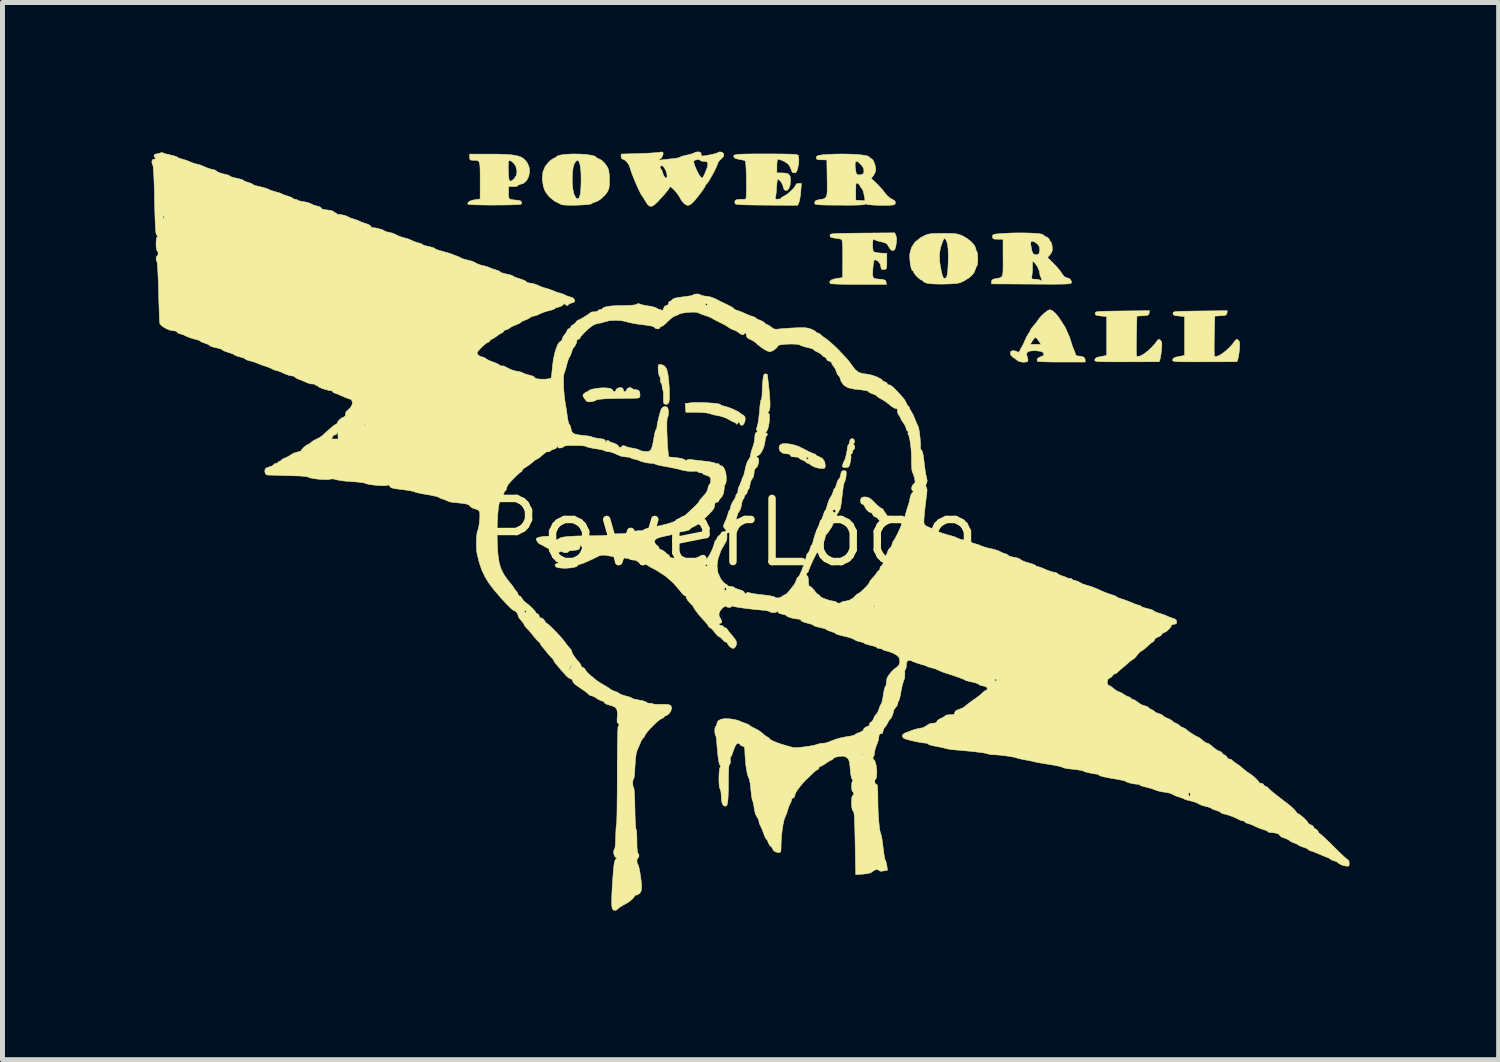
<source format=kicad_pcb>
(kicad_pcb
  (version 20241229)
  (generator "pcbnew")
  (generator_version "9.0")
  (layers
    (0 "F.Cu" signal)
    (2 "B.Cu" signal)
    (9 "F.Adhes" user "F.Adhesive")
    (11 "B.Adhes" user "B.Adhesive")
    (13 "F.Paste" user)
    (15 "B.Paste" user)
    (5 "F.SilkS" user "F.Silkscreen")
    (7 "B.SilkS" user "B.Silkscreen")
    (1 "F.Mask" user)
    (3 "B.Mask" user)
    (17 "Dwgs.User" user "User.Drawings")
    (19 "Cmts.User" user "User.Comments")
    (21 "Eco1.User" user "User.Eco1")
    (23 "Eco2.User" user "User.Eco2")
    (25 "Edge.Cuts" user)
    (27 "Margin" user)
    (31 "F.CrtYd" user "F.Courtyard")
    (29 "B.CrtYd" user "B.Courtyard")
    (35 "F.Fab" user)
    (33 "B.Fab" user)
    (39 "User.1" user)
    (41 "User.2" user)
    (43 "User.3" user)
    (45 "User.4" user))
  (footprint "PowerLogo"
    (layer "F.Cu")
    (at 11.604 7.667)
    (property "Reference" "PowerLogo" (at 0 0 0) (layer "F.SilkS") (effects (font (size 1.27 1.27) (thickness 0.15))))
    (attr through_hole board_only exclude_from_pos_files exclude_from_bom)
    (fp_poly (pts (xy -1.318 -3.372) (xy -1.306 -3.367) (xy -1.269 -3.338) (xy -1.239 -3.279) (xy -1.217 -3.188) (xy -1.201 -3.061) (xy -1.191 -2.918) (xy -1.186 -2.787) (xy -1.188 -2.693) (xy -1.197 -2.631) (xy -1.215 -2.596) (xy -1.241 -2.583) (xy -1.248 -2.582) (xy -1.287 -2.591) (xy -1.3 -2.601) (xy -1.306 -2.63) (xy -1.308 -2.688) (xy -1.307 -2.737) (xy -1.308 -2.805) (xy -1.313 -2.854) (xy -1.319 -2.871) (xy -1.33 -2.901) (xy -1.333 -2.944) (xy -1.341 -2.992) (xy -1.357 -3.017) (xy -1.371 -3.047) (xy -1.37 -3.081) (xy -1.371 -3.122) (xy -1.382 -3.138) (xy -1.395 -3.162) (xy -1.407 -3.214) (xy -1.413 -3.266) (xy -1.416 -3.341) (xy -1.405 -3.379) (xy -1.375 -3.388) (xy -1.318 -3.372)) (stroke (width 0.01) (type solid)) (fill yes) (layer "F.SilkS"))
    (fp_poly (pts (xy 2.795 -0.715) (xy 2.837 -0.697) (xy 2.886 -0.659) (xy 2.943 -0.604) (xy 3.001 -0.548) (xy 3.051 -0.507) (xy 3.082 -0.488) (xy 3.085 -0.487) (xy 3.11 -0.475) (xy 3.111 -0.469) (xy 3.124 -0.442) (xy 3.154 -0.402) (xy 3.201 -0.332) (xy 3.217 -0.269) (xy 3.203 -0.22) (xy 3.161 -0.194) (xy 3.132 -0.191) (xy 3.078 -0.201) (xy 3.039 -0.241) (xy 3.031 -0.254) (xy 2.996 -0.297) (xy 2.959 -0.317) (xy 2.956 -0.317) (xy 2.92 -0.335) (xy 2.906 -0.36) (xy 2.886 -0.394) (xy 2.869 -0.402) (xy 2.826 -0.419) (xy 2.781 -0.46) (xy 2.748 -0.511) (xy 2.743 -0.524) (xy 2.721 -0.561) (xy 2.7 -0.572) (xy 2.668 -0.589) (xy 2.655 -0.635) (xy 2.66 -0.675) (xy 2.679 -0.706) (xy 2.719 -0.719) (xy 2.749 -0.72) (xy 2.795 -0.715)) (stroke (width 0.01) (type solid)) (fill yes) (layer "F.SilkS"))
    (fp_poly (pts (xy 2.505 -1.893) (xy 2.533 -1.865) (xy 2.538 -1.825) (xy 2.519 -1.795) (xy 2.514 -1.792) (xy 2.498 -1.782) (xy 2.514 -1.78) (xy 2.532 -1.762) (xy 2.54 -1.725) (xy 2.535 -1.688) (xy 2.519 -1.672) (xy 2.502 -1.654) (xy 2.498 -1.63) (xy 2.488 -1.595) (xy 2.474 -1.587) (xy 2.46 -1.572) (xy 2.463 -1.555) (xy 2.466 -1.517) (xy 2.459 -1.455) (xy 2.451 -1.418) (xy 2.435 -1.356) (xy 2.417 -1.324) (xy 2.389 -1.314) (xy 2.356 -1.312) (xy 2.309 -1.315) (xy 2.293 -1.331) (xy 2.299 -1.371) (xy 2.314 -1.417) (xy 2.327 -1.439) (xy 2.341 -1.467) (xy 2.358 -1.522) (xy 2.374 -1.589) (xy 2.387 -1.655) (xy 2.392 -1.703) (xy 2.4 -1.748) (xy 2.413 -1.767) (xy 2.432 -1.798) (xy 2.434 -1.816) (xy 2.447 -1.87) (xy 2.478 -1.895) (xy 2.505 -1.893)) (stroke (width 0.01) (type solid)) (fill yes) (layer "F.SilkS"))
    (fp_poly (pts (xy -0.52 -2.619) (xy -0.421 -2.614) (xy -0.327 -2.608) (xy -0.248 -2.601) (xy -0.193 -2.592) (xy -0.17 -2.583) (xy -0.169 -2.582) (xy -0.151 -2.569) (xy -0.102 -2.551) (xy -0.058 -2.54) (xy 0.012 -2.518) (xy 0.092 -2.486) (xy 0.168 -2.45) (xy 0.227 -2.415) (xy 0.254 -2.392) (xy 0.281 -2.374) (xy 0.302 -2.364) (xy 0.33 -2.335) (xy 0.338 -2.284) (xy 0.328 -2.228) (xy 0.305 -2.182) (xy 0.269 -2.159) (xy 0.264 -2.159) (xy 0.236 -2.176) (xy 0.233 -2.191) (xy 0.221 -2.219) (xy 0.196 -2.216) (xy 0.182 -2.196) (xy 0.168 -2.18) (xy 0.157 -2.196) (xy 0.129 -2.221) (xy 0.118 -2.223) (xy 0.085 -2.234) (xy 0.034 -2.262) (xy 0.01 -2.277) (xy -0.066 -2.315) (xy -0.161 -2.345) (xy -0.199 -2.353) (xy -0.277 -2.368) (xy -0.343 -2.385) (xy -0.375 -2.396) (xy -0.416 -2.406) (xy -0.487 -2.415) (xy -0.577 -2.42) (xy -0.64 -2.422) (xy -0.857 -2.424) (xy -0.864 -2.511) (xy -0.87 -2.599) (xy -0.76 -2.614) (xy -0.699 -2.619) (xy -0.616 -2.62) (xy -0.52 -2.619)) (stroke (width 0.01) (type solid)) (fill yes) (layer "F.SilkS"))
    (fp_poly (pts (xy -1.943 -2.907) (xy -1.937 -2.9) (xy -1.908 -2.884) (xy -1.864 -2.879) (xy -1.812 -2.867) (xy -1.785 -2.828) (xy -1.778 -2.761) (xy -1.789 -2.72) (xy -1.826 -2.708) (xy -1.862 -2.707) (xy -1.932 -2.705) (xy -2.029 -2.704) (xy -2.145 -2.702) (xy -2.247 -2.701) (xy -2.394 -2.698) (xy -2.511 -2.692) (xy -2.595 -2.685) (xy -2.642 -2.676) (xy -2.65 -2.673) (xy -2.692 -2.652) (xy -2.752 -2.637) (xy -2.809 -2.632) (xy -2.847 -2.64) (xy -2.847 -2.64) (xy -2.874 -2.669) (xy -2.905 -2.712) (xy -2.927 -2.753) (xy -2.925 -2.778) (xy -2.902 -2.802) (xy -2.864 -2.829) (xy -2.842 -2.836) (xy -2.814 -2.853) (xy -2.811 -2.858) (xy -2.788 -2.872) (xy -2.735 -2.889) (xy -2.664 -2.903) (xy -2.564 -2.914) (xy -2.473 -2.915) (xy -2.397 -2.907) (xy -2.346 -2.89) (xy -2.328 -2.867) (xy -2.311 -2.84) (xy -2.297 -2.836) (xy -2.268 -2.852) (xy -2.265 -2.866) (xy -2.246 -2.899) (xy -2.195 -2.918) (xy -2.157 -2.921) (xy -2.123 -2.905) (xy -2.117 -2.879) (xy -2.104 -2.844) (xy -2.087 -2.836) (xy -2.059 -2.854) (xy -2.047 -2.879) (xy -2.021 -2.911) (xy -1.98 -2.921) (xy -1.943 -2.907)) (stroke (width 0.01) (type solid)) (fill yes) (layer "F.SilkS"))
    (fp_poly (pts (xy 8.463 -4.419) (xy 8.454 -4.391) (xy 8.431 -4.376) (xy 8.382 -4.368) (xy 8.337 -4.365) (xy 8.217 -4.358) (xy 8.208 -3.962) (xy 8.206 -3.837) (xy 8.205 -3.727) (xy 8.206 -3.638) (xy 8.208 -3.577) (xy 8.211 -3.552) (xy 8.211 -3.552) (xy 8.244 -3.544) (xy 8.298 -3.562) (xy 8.365 -3.602) (xy 8.44 -3.659) (xy 8.514 -3.728) (xy 8.581 -3.803) (xy 8.617 -3.853) (xy 8.645 -3.887) (xy 8.668 -3.888) (xy 8.689 -3.874) (xy 8.708 -3.851) (xy 8.718 -3.816) (xy 8.718 -3.76) (xy 8.713 -3.692) (xy 8.704 -3.609) (xy 8.693 -3.536) (xy 8.682 -3.491) (xy 8.663 -3.44) (xy 8.014 -3.438) (xy 7.831 -3.438) (xy 7.686 -3.438) (xy 7.575 -3.439) (xy 7.493 -3.441) (xy 7.436 -3.444) (xy 7.4 -3.449) (xy 7.379 -3.455) (xy 7.371 -3.463) (xy 7.37 -3.474) (xy 7.37 -3.48) (xy 7.383 -3.508) (xy 7.419 -3.528) (xy 7.487 -3.544) (xy 7.493 -3.545) (xy 7.609 -3.567) (xy 7.609 -4.35) (xy 7.493 -4.36) (xy 7.425 -4.369) (xy 7.39 -4.381) (xy 7.377 -4.402) (xy 7.377 -4.413) (xy 7.378 -4.426) (xy 7.386 -4.436) (xy 7.404 -4.444) (xy 7.438 -4.449) (xy 7.493 -4.453) (xy 7.573 -4.456) (xy 7.683 -4.458) (xy 7.829 -4.46) (xy 7.923 -4.461) (xy 8.47 -4.467) (xy 8.463 -4.419)) (stroke (width 0.01) (type solid)) (fill yes) (layer "F.SilkS"))
    (fp_poly (pts (xy 10.029 -4.419) (xy 10.02 -4.391) (xy 9.997 -4.376) (xy 9.948 -4.368) (xy 9.903 -4.365) (xy 9.784 -4.358) (xy 9.774 -3.962) (xy 9.772 -3.837) (xy 9.771 -3.727) (xy 9.772 -3.638) (xy 9.774 -3.577) (xy 9.777 -3.552) (xy 9.777 -3.552) (xy 9.811 -3.544) (xy 9.864 -3.562) (xy 9.932 -3.602) (xy 10.006 -3.659) (xy 10.08 -3.728) (xy 10.147 -3.803) (xy 10.184 -3.853) (xy 10.211 -3.887) (xy 10.234 -3.888) (xy 10.255 -3.874) (xy 10.275 -3.851) (xy 10.284 -3.816) (xy 10.284 -3.76) (xy 10.28 -3.692) (xy 10.271 -3.609) (xy 10.259 -3.536) (xy 10.248 -3.491) (xy 10.229 -3.44) (xy 9.58 -3.438) (xy 9.397 -3.438) (xy 9.253 -3.438) (xy 9.141 -3.439) (xy 9.06 -3.441) (xy 9.003 -3.444) (xy 8.966 -3.449) (xy 8.946 -3.455) (xy 8.937 -3.463) (xy 8.936 -3.474) (xy 8.937 -3.48) (xy 8.95 -3.508) (xy 8.985 -3.528) (xy 9.053 -3.544) (xy 9.059 -3.545) (xy 9.176 -3.567) (xy 9.176 -4.35) (xy 9.059 -4.36) (xy 8.991 -4.369) (xy 8.956 -4.381) (xy 8.944 -4.402) (xy 8.943 -4.413) (xy 8.944 -4.426) (xy 8.952 -4.436) (xy 8.97 -4.444) (xy 9.005 -4.449) (xy 9.059 -4.453) (xy 9.14 -4.456) (xy 9.25 -4.458) (xy 9.395 -4.46) (xy 9.489 -4.461) (xy 10.036 -4.467) (xy 10.029 -4.419)) (stroke (width 0.01) (type solid)) (fill yes) (layer "F.SilkS"))
    (fp_poly (pts (xy 1.169 -1.793) (xy 1.265 -1.78) (xy 1.345 -1.76) (xy 1.425 -1.73) (xy 1.521 -1.682) (xy 1.542 -1.671) (xy 1.618 -1.632) (xy 1.681 -1.603) (xy 1.721 -1.588) (xy 1.728 -1.587) (xy 1.754 -1.577) (xy 1.757 -1.569) (xy 1.775 -1.55) (xy 1.81 -1.536) (xy 1.887 -1.498) (xy 1.934 -1.433) (xy 1.947 -1.365) (xy 1.945 -1.317) (xy 1.928 -1.296) (xy 1.884 -1.292) (xy 1.868 -1.293) (xy 1.793 -1.303) (xy 1.718 -1.328) (xy 1.714 -1.33) (xy 1.665 -1.356) (xy 1.636 -1.378) (xy 1.633 -1.381) (xy 1.609 -1.396) (xy 1.596 -1.397) (xy 1.569 -1.407) (xy 1.566 -1.414) (xy 1.549 -1.432) (xy 1.505 -1.455) (xy 1.492 -1.46) (xy 1.444 -1.483) (xy 1.435 -1.491) (xy 1.566 -1.491) (xy 1.577 -1.469) (xy 1.587 -1.471) (xy 1.608 -1.498) (xy 1.609 -1.504) (xy 1.593 -1.523) (xy 1.587 -1.524) (xy 1.569 -1.507) (xy 1.566 -1.491) (xy 1.435 -1.491) (xy 1.419 -1.503) (xy 1.418 -1.507) (xy 1.399 -1.518) (xy 1.352 -1.524) (xy 1.333 -1.524) (xy 1.275 -1.529) (xy 1.25 -1.547) (xy 1.249 -1.556) (xy 1.234 -1.578) (xy 1.187 -1.587) (xy 1.167 -1.587) (xy 1.089 -1.602) (xy 1.037 -1.643) (xy 1.016 -1.705) (xy 1.016 -1.708) (xy 1.033 -1.762) (xy 1.083 -1.791) (xy 1.166 -1.794) (xy 1.169 -1.793)) (stroke (width 0.01) (type solid)) (fill yes) (layer "F.SilkS"))
    (fp_poly (pts (xy -2.973 -7.617) (xy -2.868 -7.609) (xy -2.777 -7.597) (xy -2.709 -7.582) (xy -2.672 -7.565) (xy -2.667 -7.557) (xy -2.649 -7.54) (xy -2.615 -7.527) (xy -2.554 -7.495) (xy -2.492 -7.437) (xy -2.44 -7.364) (xy -2.413 -7.303) (xy -2.399 -7.222) (xy -2.393 -7.118) (xy -2.395 -7.012) (xy -2.405 -6.923) (xy -2.433 -6.86) (xy -2.487 -6.789) (xy -2.555 -6.724) (xy -2.626 -6.675) (xy -2.672 -6.656) (xy -2.724 -6.639) (xy -2.755 -6.619) (xy -2.756 -6.618) (xy -2.781 -6.609) (xy -2.84 -6.601) (xy -2.921 -6.595) (xy -3.016 -6.591) (xy -3.116 -6.588) (xy -3.209 -6.589) (xy -3.288 -6.591) (xy -3.342 -6.597) (xy -3.355 -6.6) (xy -3.493 -6.668) (xy -3.604 -6.757) (xy -3.684 -6.862) (xy -3.724 -6.968) (xy -3.745 -7.125) (xy -3.744 -7.127) (xy -3.143 -7.127) (xy -3.139 -7.009) (xy -3.128 -6.901) (xy -3.109 -6.815) (xy -3.101 -6.794) (xy -3.065 -6.733) (xy -3.034 -6.714) (xy -3.006 -6.737) (xy -2.986 -6.789) (xy -2.976 -6.844) (xy -2.969 -6.927) (xy -2.965 -7.028) (xy -2.964 -7.101) (xy -2.967 -7.25) (xy -2.979 -7.365) (xy -2.996 -7.444) (xy -3.02 -7.486) (xy -3.05 -7.489) (xy -3.083 -7.453) (xy -3.105 -7.414) (xy -3.125 -7.343) (xy -3.138 -7.243) (xy -3.143 -7.127) (xy -3.744 -7.127) (xy -3.732 -7.258) (xy -3.686 -7.37) (xy -3.616 -7.456) (xy -3.565 -7.5) (xy -3.521 -7.529) (xy -3.504 -7.535) (xy -3.473 -7.549) (xy -3.467 -7.558) (xy -3.439 -7.58) (xy -3.373 -7.599) (xy -3.275 -7.612) (xy -3.15 -7.619) (xy -3.086 -7.619) (xy -2.973 -7.617)) (stroke (width 0.01) (type solid)) (fill yes) (layer "F.SilkS"))
    (fp_poly (pts (xy -4.638 -7.616) (xy -4.482 -7.611) (xy -4.358 -7.602) (xy -4.261 -7.586) (xy -4.186 -7.563) (xy -4.129 -7.531) (xy -4.083 -7.489) (xy -4.044 -7.437) (xy -4.039 -7.428) (xy -4.006 -7.342) (xy -4.001 -7.25) (xy -4.02 -7.162) (xy -4.061 -7.085) (xy -4.119 -7.031) (xy -4.192 -7.007) (xy -4.203 -7.006) (xy -4.23 -6.994) (xy -4.233 -6.985) (xy -4.252 -6.972) (xy -4.3 -6.965) (xy -4.329 -6.964) (xy -4.424 -6.964) (xy -4.424 -6.839) (xy -4.423 -6.77) (xy -4.416 -6.731) (xy -4.398 -6.713) (xy -4.363 -6.703) (xy -4.358 -6.702) (xy -4.289 -6.692) (xy -4.233 -6.689) (xy -4.182 -6.676) (xy -4.159 -6.646) (xy -4.167 -6.611) (xy -4.191 -6.605) (xy -4.25 -6.601) (xy -4.338 -6.597) (xy -4.447 -6.594) (xy -4.57 -6.593) (xy -4.7 -6.592) (xy -4.831 -6.592) (xy -4.955 -6.594) (xy -5.065 -6.596) (xy -5.154 -6.6) (xy -5.215 -6.604) (xy -5.242 -6.61) (xy -5.243 -6.61) (xy -5.241 -6.641) (xy -5.205 -6.67) (xy -5.14 -6.692) (xy -5.1 -6.699) (xy -4.995 -6.714) (xy -4.995 -7.091) (xy -4.995 -7.23) (xy -4.997 -7.333) (xy -5.001 -7.392) (xy -4.429 -7.392) (xy -4.429 -7.311) (xy -4.428 -7.265) (xy -4.422 -7.164) (xy -4.412 -7.101) (xy -4.395 -7.073) (xy -4.368 -7.077) (xy -4.326 -7.107) (xy -4.311 -7.122) (xy -4.266 -7.19) (xy -4.254 -7.276) (xy -4.277 -7.369) (xy -4.286 -7.388) (xy -4.322 -7.437) (xy -4.364 -7.473) (xy -4.402 -7.487) (xy -4.421 -7.479) (xy -4.426 -7.451) (xy -4.429 -7.392) (xy -5.001 -7.392) (xy -5.002 -7.405) (xy -5.012 -7.451) (xy -5.03 -7.478) (xy -5.057 -7.49) (xy -5.095 -7.493) (xy -5.135 -7.493) (xy -5.184 -7.497) (xy -5.204 -7.516) (xy -5.207 -7.554) (xy -5.207 -7.616) (xy -4.831 -7.617) (xy -4.638 -7.616)) (stroke (width 0.01) (type solid)) (fill yes) (layer "F.SilkS"))
    (fp_poly (pts (xy 4.436 -6.021) (xy 4.521 -6.019) (xy 4.584 -6.013) (xy 4.634 -6.002) (xy 4.68 -5.985) (xy 4.721 -5.966) (xy 4.805 -5.917) (xy 4.88 -5.857) (xy 4.938 -5.794) (xy 4.97 -5.737) (xy 4.974 -5.716) (xy 4.984 -5.675) (xy 4.995 -5.662) (xy 5.006 -5.635) (xy 5.013 -5.581) (xy 5.016 -5.512) (xy 5.014 -5.445) (xy 5.008 -5.391) (xy 4.998 -5.367) (xy 4.981 -5.34) (xy 4.968 -5.297) (xy 4.931 -5.216) (xy 4.853 -5.138) (xy 4.741 -5.067) (xy 4.691 -5.043) (xy 4.646 -5.026) (xy 4.594 -5.015) (xy 4.525 -5.009) (xy 4.431 -5.005) (xy 4.352 -5.003) (xy 4.24 -5.002) (xy 4.136 -5.005) (xy 4.052 -5.011) (xy 3.998 -5.019) (xy 3.995 -5.019) (xy 3.945 -5.038) (xy 3.917 -5.057) (xy 3.916 -5.061) (xy 3.899 -5.079) (xy 3.892 -5.08) (xy 3.86 -5.095) (xy 3.816 -5.131) (xy 3.77 -5.177) (xy 3.736 -5.219) (xy 3.726 -5.244) (xy 3.713 -5.269) (xy 3.706 -5.271) (xy 3.688 -5.29) (xy 3.672 -5.34) (xy 3.658 -5.411) (xy 3.65 -5.492) (xy 3.647 -5.57) (xy 3.649 -5.605) (xy 4.244 -5.605) (xy 4.248 -5.467) (xy 4.264 -5.353) (xy 4.287 -5.24) (xy 4.307 -5.165) (xy 4.328 -5.124) (xy 4.35 -5.113) (xy 4.376 -5.129) (xy 4.379 -5.131) (xy 4.394 -5.159) (xy 4.405 -5.209) (xy 4.414 -5.288) (xy 4.419 -5.403) (xy 4.42 -5.417) (xy 4.423 -5.584) (xy 4.418 -5.714) (xy 4.406 -5.81) (xy 4.385 -5.875) (xy 4.372 -5.897) (xy 4.352 -5.919) (xy 4.336 -5.914) (xy 4.316 -5.875) (xy 4.311 -5.863) (xy 4.265 -5.732) (xy 4.244 -5.605) (xy 3.649 -5.605) (xy 3.65 -5.62) (xy 3.684 -5.742) (xy 3.753 -5.845) (xy 3.859 -5.932) (xy 3.934 -5.973) (xy 3.979 -5.993) (xy 4.024 -6.007) (xy 4.078 -6.016) (xy 4.151 -6.02) (xy 4.253 -6.022) (xy 4.318 -6.022) (xy 4.436 -6.021)) (stroke (width 0.01) (type solid)) (fill yes) (layer "F.SilkS"))
    (fp_poly (pts (xy 3.369 -5.98) (xy 3.383 -5.918) (xy 3.378 -5.829) (xy 3.374 -5.805) (xy 3.36 -5.733) (xy 3.343 -5.695) (xy 3.319 -5.679) (xy 3.312 -5.677) (xy 3.275 -5.685) (xy 3.24 -5.726) (xy 3.226 -5.751) (xy 3.195 -5.801) (xy 3.158 -5.829) (xy 3.1 -5.847) (xy 3.075 -5.853) (xy 3.011 -5.867) (xy 2.964 -5.882) (xy 2.951 -5.89) (xy 2.921 -5.905) (xy 2.917 -5.905) (xy 2.908 -5.887) (xy 2.902 -5.84) (xy 2.901 -5.779) (xy 2.904 -5.718) (xy 2.911 -5.672) (xy 2.917 -5.658) (xy 2.945 -5.643) (xy 3.002 -5.632) (xy 3.059 -5.626) (xy 3.186 -5.62) (xy 3.186 -5.461) (xy 3.185 -5.38) (xy 3.181 -5.332) (xy 3.17 -5.308) (xy 3.15 -5.299) (xy 3.127 -5.296) (xy 3.085 -5.297) (xy 3.07 -5.32) (xy 3.069 -5.338) (xy 3.053 -5.405) (xy 3.012 -5.461) (xy 2.965 -5.488) (xy 2.942 -5.489) (xy 2.927 -5.473) (xy 2.917 -5.429) (xy 2.91 -5.369) (xy 2.904 -5.287) (xy 2.901 -5.213) (xy 2.903 -5.175) (xy 2.91 -5.14) (xy 2.926 -5.12) (xy 2.962 -5.109) (xy 3.029 -5.102) (xy 3.037 -5.101) (xy 3.109 -5.093) (xy 3.149 -5.082) (xy 3.166 -5.063) (xy 3.171 -5.043) (xy 3.178 -4.995) (xy 2.617 -4.995) (xy 2.463 -4.996) (xy 2.326 -4.998) (xy 2.21 -5.001) (xy 2.12 -5.005) (xy 2.063 -5.01) (xy 2.044 -5.015) (xy 2.038 -5.054) (xy 2.072 -5.086) (xy 2.146 -5.11) (xy 2.176 -5.115) (xy 2.297 -5.133) (xy 2.299 -5.509) (xy 2.299 -5.667) (xy 2.295 -5.784) (xy 2.289 -5.861) (xy 2.28 -5.897) (xy 2.278 -5.9) (xy 2.244 -5.911) (xy 2.185 -5.922) (xy 2.148 -5.926) (xy 2.084 -5.936) (xy 2.052 -5.95) (xy 2.043 -5.975) (xy 2.043 -5.98) (xy 2.044 -5.991) (xy 2.051 -6.001) (xy 2.067 -6.008) (xy 2.098 -6.014) (xy 2.148 -6.018) (xy 2.221 -6.021) (xy 2.321 -6.023) (xy 2.453 -6.025) (xy 2.622 -6.027) (xy 2.694 -6.028) (xy 3.345 -6.033) (xy 3.369 -5.98)) (stroke (width 0.01) (type solid)) (fill yes) (layer "F.SilkS"))
    (fp_poly (pts (xy 6.513 -4.469) (xy 6.572 -4.42) (xy 6.634 -4.347) (xy 6.662 -4.305) (xy 6.69 -4.263) (xy 6.728 -4.204) (xy 6.741 -4.185) (xy 6.773 -4.133) (xy 6.792 -4.097) (xy 6.795 -4.089) (xy 6.804 -4.062) (xy 6.826 -4.015) (xy 6.834 -4) (xy 6.865 -3.929) (xy 6.888 -3.857) (xy 6.889 -3.852) (xy 6.909 -3.784) (xy 6.937 -3.708) (xy 6.945 -3.689) (xy 6.969 -3.631) (xy 6.983 -3.588) (xy 6.985 -3.578) (xy 7.003 -3.561) (xy 7.033 -3.556) (xy 7.117 -3.546) (xy 7.164 -3.518) (xy 7.176 -3.482) (xy 7.176 -3.434) (xy 6.699 -3.434) (xy 6.561 -3.434) (xy 6.438 -3.436) (xy 6.336 -3.439) (xy 6.261 -3.443) (xy 6.219 -3.448) (xy 6.212 -3.451) (xy 6.209 -3.488) (xy 6.239 -3.523) (xy 6.288 -3.543) (xy 6.336 -3.564) (xy 6.348 -3.598) (xy 6.322 -3.632) (xy 6.309 -3.64) (xy 6.265 -3.652) (xy 6.197 -3.66) (xy 6.153 -3.662) (xy 6.064 -3.655) (xy 6.013 -3.633) (xy 5.997 -3.593) (xy 6.011 -3.536) (xy 6.025 -3.486) (xy 6.023 -3.452) (xy 6.023 -3.451) (xy 5.991 -3.435) (xy 5.937 -3.43) (xy 5.876 -3.438) (xy 5.831 -3.454) (xy 5.793 -3.479) (xy 5.779 -3.493) (xy 5.753 -3.513) (xy 5.72 -3.532) (xy 5.68 -3.575) (xy 5.673 -3.61) (xy 5.68 -3.648) (xy 5.712 -3.661) (xy 5.732 -3.662) (xy 5.784 -3.654) (xy 5.816 -3.637) (xy 5.837 -3.63) (xy 5.859 -3.657) (xy 5.867 -3.674) (xy 5.89 -3.721) (xy 5.906 -3.746) (xy 5.907 -3.747) (xy 5.921 -3.771) (xy 5.929 -3.789) (xy 6.071 -3.789) (xy 6.287 -3.789) (xy 6.239 -3.863) (xy 6.206 -3.907) (xy 6.18 -3.93) (xy 6.174 -3.931) (xy 6.153 -3.911) (xy 6.121 -3.869) (xy 6.114 -3.857) (xy 6.071 -3.789) (xy 5.929 -3.789) (xy 5.944 -3.821) (xy 5.956 -3.851) (xy 5.988 -3.922) (xy 6.023 -3.987) (xy 6.034 -4.003) (xy 6.062 -4.045) (xy 6.075 -4.072) (xy 6.075 -4.073) (xy 6.086 -4.099) (xy 6.124 -4.146) (xy 6.162 -4.19) (xy 6.198 -4.235) (xy 6.216 -4.262) (xy 6.255 -4.317) (xy 6.309 -4.376) (xy 6.369 -4.43) (xy 6.424 -4.47) (xy 6.464 -4.487) (xy 6.466 -4.487) (xy 6.513 -4.469)) (stroke (width 0.01) (type solid)) (fill yes) (layer "F.SilkS"))
    (fp_poly (pts (xy 5.958 -6.031) (xy 6.08 -6.028) (xy 6.185 -6.022) (xy 6.265 -6.014) (xy 6.314 -6.004) (xy 6.325 -5.997) (xy 6.355 -5.971) (xy 6.398 -5.95) (xy 6.44 -5.925) (xy 6.456 -5.897) (xy 6.469 -5.865) (xy 6.479 -5.859) (xy 6.495 -5.835) (xy 6.509 -5.784) (xy 6.513 -5.755) (xy 6.516 -5.688) (xy 6.502 -5.64) (xy 6.472 -5.598) (xy 6.419 -5.537) (xy 6.553 -5.402) (xy 6.617 -5.334) (xy 6.671 -5.269) (xy 6.707 -5.218) (xy 6.714 -5.206) (xy 6.758 -5.15) (xy 6.805 -5.131) (xy 6.868 -5.107) (xy 6.896 -5.065) (xy 6.9 -5.033) (xy 6.898 -5.024) (xy 6.888 -5.017) (xy 6.866 -5.011) (xy 6.83 -5.006) (xy 6.774 -5.003) (xy 6.694 -5.001) (xy 6.588 -5) (xy 6.45 -5) (xy 6.278 -5.001) (xy 6.096 -5.002) (xy 5.292 -5.006) (xy 5.292 -5.051) (xy 5.301 -5.084) (xy 5.337 -5.103) (xy 5.371 -5.111) (xy 5.425 -5.12) (xy 5.45 -5.125) (xy 6.098 -5.125) (xy 6.109 -5.106) (xy 6.147 -5.101) (xy 6.177 -5.101) (xy 6.235 -5.095) (xy 6.273 -5.081) (xy 6.279 -5.076) (xy 6.295 -5.062) (xy 6.303 -5.078) (xy 6.298 -5.115) (xy 6.289 -5.128) (xy 6.27 -5.168) (xy 6.265 -5.198) (xy 6.252 -5.271) (xy 6.217 -5.351) (xy 6.172 -5.417) (xy 6.161 -5.428) (xy 6.117 -5.468) (xy 6.117 -5.351) (xy 6.115 -5.27) (xy 6.108 -5.197) (xy 6.104 -5.167) (xy 6.098 -5.125) (xy 5.45 -5.125) (xy 5.465 -5.129) (xy 5.492 -5.143) (xy 5.51 -5.17) (xy 5.52 -5.215) (xy 5.524 -5.284) (xy 5.525 -5.383) (xy 5.525 -5.519) (xy 5.524 -5.526) (xy 5.524 -5.841) (xy 6.08 -5.841) (xy 6.082 -5.797) (xy 6.087 -5.763) (xy 6.104 -5.673) (xy 6.126 -5.619) (xy 6.157 -5.594) (xy 6.198 -5.592) (xy 6.236 -5.603) (xy 6.255 -5.631) (xy 6.261 -5.678) (xy 6.258 -5.744) (xy 6.228 -5.796) (xy 6.215 -5.81) (xy 6.166 -5.846) (xy 6.12 -5.863) (xy 6.117 -5.863) (xy 6.091 -5.859) (xy 6.08 -5.841) (xy 5.524 -5.841) (xy 5.524 -5.905) (xy 5.419 -5.905) (xy 5.356 -5.907) (xy 5.324 -5.916) (xy 5.314 -5.937) (xy 5.313 -5.956) (xy 5.314 -5.978) (xy 5.324 -5.993) (xy 5.349 -6.004) (xy 5.397 -6.011) (xy 5.475 -6.017) (xy 5.553 -6.022) (xy 5.687 -6.029) (xy 5.824 -6.032) (xy 5.958 -6.031)) (stroke (width 0.01) (type solid)) (fill yes) (layer "F.SilkS"))
    (fp_poly (pts (xy 0.933 -7.62) (xy 1.079 -7.619) (xy 1.191 -7.617) (xy 1.274 -7.615) (xy 1.333 -7.611) (xy 1.371 -7.606) (xy 1.393 -7.599) (xy 1.404 -7.59) (xy 1.405 -7.587) (xy 1.417 -7.514) (xy 1.411 -7.415) (xy 1.394 -7.333) (xy 1.375 -7.273) (xy 1.353 -7.245) (xy 1.323 -7.239) (xy 1.286 -7.25) (xy 1.266 -7.29) (xy 1.262 -7.305) (xy 1.236 -7.369) (xy 1.198 -7.419) (xy 1.144 -7.457) (xy 1.077 -7.491) (xy 1.014 -7.511) (xy 0.992 -7.514) (xy 0.983 -7.495) (xy 0.976 -7.444) (xy 0.974 -7.377) (xy 0.974 -7.239) (xy 1.07 -7.239) (xy 1.159 -7.233) (xy 1.213 -7.213) (xy 1.24 -7.171) (xy 1.249 -7.103) (xy 1.249 -7.094) (xy 1.241 -6.998) (xy 1.218 -6.928) (xy 1.183 -6.889) (xy 1.154 -6.884) (xy 1.119 -6.905) (xy 1.104 -6.953) (xy 1.088 -7.005) (xy 1.057 -7.058) (xy 1.02 -7.099) (xy 0.993 -7.112) (xy 0.984 -7.093) (xy 0.976 -7.041) (xy 0.97 -6.967) (xy 0.969 -6.948) (xy 0.963 -6.864) (xy 0.955 -6.794) (xy 0.945 -6.75) (xy 0.944 -6.747) (xy 0.939 -6.721) (xy 0.962 -6.711) (xy 0.993 -6.71) (xy 1.038 -6.715) (xy 1.058 -6.728) (xy 1.058 -6.728) (xy 1.076 -6.749) (xy 1.118 -6.772) (xy 1.119 -6.772) (xy 1.168 -6.801) (xy 1.226 -6.847) (xy 1.283 -6.9) (xy 1.328 -6.951) (xy 1.353 -6.99) (xy 1.355 -6.999) (xy 1.373 -7.021) (xy 1.411 -7.027) (xy 1.467 -7.027) (xy 1.455 -6.863) (xy 1.446 -6.776) (xy 1.433 -6.699) (xy 1.419 -6.647) (xy 1.418 -6.643) (xy 1.392 -6.587) (xy 0.768 -6.59) (xy 0.578 -6.592) (xy 0.427 -6.594) (xy 0.312 -6.597) (xy 0.228 -6.601) (xy 0.173 -6.606) (xy 0.142 -6.613) (xy 0.133 -6.62) (xy 0.128 -6.67) (xy 0.16 -6.699) (xy 0.228 -6.708) (xy 0.243 -6.707) (xy 0.303 -6.707) (xy 0.344 -6.712) (xy 0.351 -6.715) (xy 0.356 -6.741) (xy 0.36 -6.801) (xy 0.362 -6.886) (xy 0.362 -6.988) (xy 0.361 -7.098) (xy 0.359 -7.208) (xy 0.355 -7.31) (xy 0.351 -7.394) (xy 0.346 -7.454) (xy 0.34 -7.479) (xy 0.31 -7.492) (xy 0.254 -7.505) (xy 0.23 -7.508) (xy 0.17 -7.521) (xy 0.129 -7.537) (xy 0.122 -7.544) (xy 0.109 -7.565) (xy 0.106 -7.582) (xy 0.114 -7.595) (xy 0.14 -7.604) (xy 0.186 -7.611) (xy 0.256 -7.616) (xy 0.355 -7.618) (xy 0.486 -7.62) (xy 0.654 -7.62) (xy 0.749 -7.62) (xy 0.933 -7.62)) (stroke (width 0.01) (type solid)) (fill yes) (layer "F.SilkS"))
    (fp_poly (pts (xy 2.431 -7.617) (xy 2.557 -7.611) (xy 2.667 -7.602) (xy 2.754 -7.589) (xy 2.813 -7.574) (xy 2.836 -7.557) (xy 2.836 -7.555) (xy 2.854 -7.536) (xy 2.875 -7.526) (xy 2.907 -7.497) (xy 2.935 -7.44) (xy 2.956 -7.367) (xy 2.963 -7.298) (xy 2.95 -7.244) (xy 2.919 -7.188) (xy 2.918 -7.187) (xy 2.872 -7.128) (xy 2.981 -7.025) (xy 3.046 -6.958) (xy 3.107 -6.889) (xy 3.145 -6.839) (xy 3.195 -6.779) (xy 3.253 -6.731) (xy 3.271 -6.721) (xy 3.331 -6.688) (xy 3.357 -6.659) (xy 3.356 -6.624) (xy 3.353 -6.617) (xy 3.341 -6.603) (xy 3.315 -6.594) (xy 3.266 -6.589) (xy 3.189 -6.586) (xy 3.076 -6.587) (xy 3.072 -6.587) (xy 2.969 -6.589) (xy 2.879 -6.594) (xy 2.813 -6.601) (xy 2.779 -6.609) (xy 2.778 -6.61) (xy 2.755 -6.618) (xy 2.752 -6.608) (xy 2.732 -6.6) (xy 2.671 -6.595) (xy 2.57 -6.591) (xy 2.427 -6.589) (xy 2.244 -6.59) (xy 2.084 -6.591) (xy 1.962 -6.592) (xy 1.873 -6.595) (xy 1.811 -6.598) (xy 1.771 -6.603) (xy 1.748 -6.61) (xy 1.738 -6.62) (xy 1.736 -6.632) (xy 1.736 -6.639) (xy 1.744 -6.67) (xy 1.774 -6.689) (xy 1.826 -6.7) (xy 1.883 -6.709) (xy 1.926 -6.72) (xy 1.955 -6.738) (xy 1.973 -6.769) (xy 1.983 -6.82) (xy 1.986 -6.871) (xy 2.561 -6.871) (xy 2.561 -6.691) (xy 2.651 -6.685) (xy 2.707 -6.681) (xy 2.742 -6.68) (xy 2.746 -6.68) (xy 2.745 -6.7) (xy 2.738 -6.749) (xy 2.728 -6.802) (xy 2.712 -6.866) (xy 2.696 -6.91) (xy 2.687 -6.921) (xy 2.668 -6.939) (xy 2.656 -6.964) (xy 2.627 -7.009) (xy 2.602 -7.028) (xy 2.582 -7.036) (xy 2.57 -7.03) (xy 2.564 -7.001) (xy 2.562 -6.944) (xy 2.561 -6.871) (xy 1.986 -6.871) (xy 1.987 -6.895) (xy 1.987 -7.001) (xy 1.985 -7.127) (xy 1.981 -7.392) (xy 2.548 -7.392) (xy 2.552 -7.35) (xy 2.562 -7.27) (xy 2.574 -7.224) (xy 2.593 -7.203) (xy 2.624 -7.199) (xy 2.653 -7.201) (xy 2.701 -7.212) (xy 2.721 -7.241) (xy 2.726 -7.272) (xy 2.72 -7.328) (xy 2.686 -7.384) (xy 2.668 -7.404) (xy 2.61 -7.458) (xy 2.571 -7.474) (xy 2.551 -7.452) (xy 2.548 -7.392) (xy 1.981 -7.392) (xy 1.979 -7.5) (xy 1.873 -7.502) (xy 1.81 -7.505) (xy 1.778 -7.515) (xy 1.768 -7.537) (xy 1.767 -7.546) (xy 1.773 -7.57) (xy 1.798 -7.586) (xy 1.849 -7.596) (xy 1.894 -7.602) (xy 2.021 -7.612) (xy 2.156 -7.618) (xy 2.295 -7.619) (xy 2.431 -7.617)) (stroke (width 0.01) (type solid)) (fill yes) (layer "F.SilkS"))
    (fp_poly (pts (xy -0.131 -7.655) (xy -0.097 -7.625) (xy -0.095 -7.618) (xy -0.095 -7.579) (xy -0.125 -7.539) (xy -0.146 -7.52) (xy -0.188 -7.48) (xy -0.21 -7.446) (xy -0.212 -7.44) (xy -0.222 -7.407) (xy -0.248 -7.348) (xy -0.284 -7.273) (xy -0.327 -7.194) (xy -0.369 -7.119) (xy -0.405 -7.059) (xy -0.431 -7.025) (xy -0.436 -7.021) (xy -0.462 -6.993) (xy -0.466 -6.98) (xy -0.478 -6.952) (xy -0.512 -6.901) (xy -0.559 -6.836) (xy -0.614 -6.764) (xy -0.67 -6.696) (xy -0.718 -6.642) (xy -0.765 -6.603) (xy -0.81 -6.584) (xy -0.816 -6.583) (xy -0.86 -6.6) (xy -0.91 -6.64) (xy -0.949 -6.693) (xy -0.953 -6.7) (xy -0.989 -6.764) (xy -1.034 -6.829) (xy -1.082 -6.886) (xy -1.127 -6.931) (xy -1.162 -6.957) (xy -1.183 -6.958) (xy -1.185 -6.947) (xy -1.2 -6.918) (xy -1.243 -6.861) (xy -1.313 -6.78) (xy -1.407 -6.676) (xy -1.48 -6.604) (xy -1.536 -6.568) (xy -1.582 -6.568) (xy -1.624 -6.601) (xy -1.665 -6.662) (xy -1.699 -6.72) (xy -1.725 -6.761) (xy -1.735 -6.773) (xy -1.756 -6.805) (xy -1.788 -6.867) (xy -1.827 -6.949) (xy -1.868 -7.044) (xy -1.908 -7.14) (xy -1.943 -7.229) (xy -1.968 -7.302) (xy -1.978 -7.338) (xy -1.979 -7.339) (xy -1.374 -7.339) (xy -1.357 -7.315) (xy -1.338 -7.287) (xy -1.324 -7.245) (xy -1.301 -7.182) (xy -1.274 -7.144) (xy -1.25 -7.133) (xy -1.235 -7.153) (xy -1.236 -7.204) (xy -1.237 -7.21) (xy -1.26 -7.287) (xy -1.293 -7.348) (xy -1.33 -7.383) (xy -1.347 -7.387) (xy -1.371 -7.372) (xy -1.374 -7.339) (xy -1.979 -7.339) (xy -2.002 -7.4) (xy -2.039 -7.453) (xy -0.698 -7.453) (xy -0.683 -7.399) (xy -0.656 -7.331) (xy -0.622 -7.259) (xy -0.587 -7.195) (xy -0.554 -7.15) (xy -0.531 -7.133) (xy -0.514 -7.151) (xy -0.488 -7.196) (xy -0.476 -7.223) (xy -0.435 -7.325) (xy -0.415 -7.396) (xy -0.416 -7.44) (xy -0.44 -7.463) (xy -0.485 -7.472) (xy -0.5 -7.472) (xy -0.548 -7.478) (xy -0.571 -7.493) (xy -0.572 -7.495) (xy -0.589 -7.505) (xy -0.628 -7.505) (xy -0.67 -7.495) (xy -0.696 -7.482) (xy -0.698 -7.453) (xy -2.039 -7.453) (xy -2.043 -7.458) (xy -2.09 -7.501) (xy -2.126 -7.514) (xy -2.153 -7.532) (xy -2.159 -7.566) (xy -2.159 -7.618) (xy -1.826 -7.627) (xy -1.703 -7.632) (xy -1.588 -7.637) (xy -1.491 -7.643) (xy -1.421 -7.649) (xy -1.401 -7.652) (xy -1.344 -7.66) (xy -1.319 -7.655) (xy -1.314 -7.632) (xy -1.316 -7.607) (xy -1.343 -7.545) (xy -1.376 -7.519) (xy -1.405 -7.502) (xy -1.403 -7.495) (xy -1.367 -7.498) (xy -1.333 -7.502) (xy -1.258 -7.51) (xy -1.165 -7.521) (xy -1.106 -7.527) (xy -1.038 -7.536) (xy -0.99 -7.547) (xy -0.974 -7.555) (xy -0.955 -7.566) (xy -0.905 -7.582) (xy -0.836 -7.597) (xy -0.764 -7.614) (xy -0.71 -7.631) (xy -0.686 -7.644) (xy -0.659 -7.657) (xy -0.613 -7.662) (xy -0.567 -7.655) (xy -0.551 -7.63) (xy -0.55 -7.62) (xy -0.544 -7.586) (xy -0.534 -7.578) (xy -0.486 -7.582) (xy -0.418 -7.593) (xy -0.344 -7.608) (xy -0.278 -7.623) (xy -0.234 -7.637) (xy -0.223 -7.642) (xy -0.179 -7.662) (xy -0.131 -7.655)) (stroke (width 0.01) (type solid)) (fill yes) (layer "F.SilkS"))
    (fp_poly (pts (xy -11.378 -7.643) (xy -11.347 -7.63) (xy -11.288 -7.614) (xy -11.224 -7.599) (xy -11.156 -7.583) (xy -11.108 -7.568) (xy -11.091 -7.558) (xy -11.073 -7.545) (xy -11.025 -7.527) (xy -10.99 -7.517) (xy -10.916 -7.495) (xy -10.849 -7.47) (xy -10.83 -7.461) (xy -10.768 -7.436) (xy -10.697 -7.417) (xy -10.694 -7.417) (xy -10.619 -7.396) (xy -10.545 -7.365) (xy -10.541 -7.362) (xy -10.468 -7.332) (xy -10.392 -7.311) (xy -10.388 -7.31) (xy -10.337 -7.299) (xy -10.31 -7.286) (xy -10.308 -7.284) (xy -10.289 -7.265) (xy -10.241 -7.243) (xy -10.176 -7.222) (xy -10.112 -7.208) (xy -10.061 -7.195) (xy -10.034 -7.18) (xy -10.033 -7.177) (xy -10.014 -7.164) (xy -9.964 -7.148) (xy -9.895 -7.132) (xy -9.826 -7.116) (xy -9.776 -7.101) (xy -9.758 -7.09) (xy -9.739 -7.076) (xy -9.693 -7.058) (xy -9.663 -7.048) (xy -9.606 -7.03) (xy -9.572 -7.013) (xy -9.567 -7.006) (xy -9.548 -6.994) (xy -9.499 -6.979) (xy -9.435 -6.964) (xy -9.358 -6.946) (xy -9.293 -6.926) (xy -9.26 -6.912) (xy -9.215 -6.892) (xy -9.148 -6.87) (xy -9.113 -6.86) (xy -9.048 -6.842) (xy -8.999 -6.825) (xy -8.986 -6.817) (xy -8.954 -6.802) (xy -8.897 -6.782) (xy -8.864 -6.772) (xy -8.806 -6.752) (xy -8.769 -6.734) (xy -8.763 -6.726) (xy -8.745 -6.713) (xy -8.722 -6.71) (xy -8.682 -6.702) (xy -8.67 -6.692) (xy -8.644 -6.679) (xy -8.59 -6.667) (xy -8.553 -6.661) (xy -8.48 -6.647) (xy -8.418 -6.627) (xy -8.399 -6.617) (xy -8.344 -6.592) (xy -8.277 -6.573) (xy -8.271 -6.571) (xy -8.22 -6.556) (xy -8.193 -6.535) (xy -8.191 -6.53) (xy -8.171 -6.511) (xy -8.111 -6.498) (xy -8.071 -6.493) (xy -8.004 -6.484) (xy -7.957 -6.47) (xy -7.942 -6.459) (xy -7.917 -6.437) (xy -7.904 -6.435) (xy -7.877 -6.422) (xy -7.874 -6.412) (xy -7.861 -6.399) (xy -7.853 -6.403) (xy -7.823 -6.404) (xy -7.77 -6.395) (xy -7.71 -6.38) (xy -7.661 -6.362) (xy -7.641 -6.35) (xy -7.616 -6.337) (xy -7.565 -6.319) (xy -7.535 -6.31) (xy -7.474 -6.29) (xy -7.429 -6.272) (xy -7.419 -6.266) (xy -7.387 -6.251) (xy -7.331 -6.232) (xy -7.297 -6.221) (xy -7.239 -6.2) (xy -7.203 -6.177) (xy -7.197 -6.165) (xy -7.179 -6.143) (xy -7.155 -6.138) (xy -7.107 -6.133) (xy -7.047 -6.12) (xy -6.986 -6.103) (xy -6.94 -6.086) (xy -6.921 -6.073) (xy -6.903 -6.062) (xy -6.856 -6.049) (xy -6.833 -6.045) (xy -6.758 -6.026) (xy -6.689 -5.997) (xy -6.679 -5.991) (xy -6.613 -5.96) (xy -6.538 -5.938) (xy -6.53 -5.936) (xy -6.452 -5.915) (xy -6.377 -5.884) (xy -6.372 -5.881) (xy -6.303 -5.851) (xy -6.234 -5.83) (xy -6.229 -5.829) (xy -6.182 -5.816) (xy -6.16 -5.801) (xy -6.16 -5.8) (xy -6.141 -5.788) (xy -6.091 -5.772) (xy -6.032 -5.759) (xy -5.966 -5.743) (xy -5.92 -5.728) (xy -5.905 -5.717) (xy -5.887 -5.704) (xy -5.837 -5.685) (xy -5.767 -5.665) (xy -5.763 -5.664) (xy -5.684 -5.642) (xy -5.617 -5.623) (xy -5.577 -5.61) (xy -5.529 -5.59) (xy -5.467 -5.567) (xy -5.461 -5.565) (xy -5.41 -5.544) (xy -5.379 -5.527) (xy -5.376 -5.524) (xy -5.352 -5.513) (xy -5.298 -5.498) (xy -5.24 -5.484) (xy -5.168 -5.465) (xy -5.111 -5.443) (xy -5.087 -5.428) (xy -5.052 -5.409) (xy -4.99 -5.387) (xy -4.937 -5.374) (xy -4.87 -5.357) (xy -4.822 -5.342) (xy -4.805 -5.334) (xy -4.78 -5.321) (xy -4.728 -5.303) (xy -4.694 -5.293) (xy -4.636 -5.274) (xy -4.599 -5.255) (xy -4.593 -5.248) (xy -4.574 -5.235) (xy -4.525 -5.219) (xy -4.466 -5.205) (xy -4.4 -5.19) (xy -4.354 -5.176) (xy -4.339 -5.166) (xy -4.321 -5.154) (xy -4.272 -5.134) (xy -4.203 -5.111) (xy -4.202 -5.111) (xy -4.133 -5.087) (xy -4.083 -5.064) (xy -4.064 -5.047) (xy -4.064 -5.047) (xy -4.045 -5.032) (xy -4 -5.023) (xy -3.99 -5.023) (xy -3.922 -5.011) (xy -3.848 -4.985) (xy -3.836 -4.979) (xy -3.764 -4.947) (xy -3.693 -4.924) (xy -3.682 -4.922) (xy -3.615 -4.902) (xy -3.539 -4.874) (xy -3.52 -4.866) (xy -3.461 -4.842) (xy -3.415 -4.827) (xy -3.404 -4.825) (xy -3.369 -4.816) (xy -3.314 -4.794) (xy -3.291 -4.784) (xy -3.232 -4.758) (xy -3.185 -4.743) (xy -3.174 -4.742) (xy -3.127 -4.724) (xy -3.095 -4.684) (xy -3.09 -4.662) (xy -3.109 -4.639) (xy -3.153 -4.622) (xy -3.154 -4.622) (xy -3.198 -4.608) (xy -3.217 -4.591) (xy -3.217 -4.591) (xy -3.232 -4.574) (xy -3.262 -4.576) (xy -3.287 -4.595) (xy -3.288 -4.598) (xy -3.304 -4.61) (xy -3.323 -4.589) (xy -3.358 -4.56) (xy -3.414 -4.54) (xy -3.419 -4.539) (xy -3.468 -4.526) (xy -3.492 -4.512) (xy -3.493 -4.51) (xy -3.511 -4.497) (xy -3.56 -4.48) (xy -3.605 -4.469) (xy -3.687 -4.446) (xy -3.766 -4.416) (xy -3.796 -4.402) (xy -3.855 -4.375) (xy -3.905 -4.361) (xy -3.914 -4.36) (xy -3.964 -4.346) (xy -3.984 -4.332) (xy -4.022 -4.307) (xy -4.08 -4.281) (xy -4.091 -4.277) (xy -4.141 -4.257) (xy -4.168 -4.239) (xy -4.17 -4.236) (xy -4.188 -4.221) (xy -4.235 -4.198) (xy -4.274 -4.183) (xy -4.339 -4.156) (xy -4.389 -4.128) (xy -4.404 -4.115) (xy -4.446 -4.089) (xy -4.469 -4.085) (xy -4.509 -4.071) (xy -4.522 -4.053) (xy -4.544 -4.025) (xy -4.555 -4.022) (xy -4.583 -4.009) (xy -4.63 -3.978) (xy -4.657 -3.958) (xy -4.709 -3.921) (xy -4.749 -3.898) (xy -4.761 -3.895) (xy -4.789 -3.878) (xy -4.797 -3.863) (xy -4.823 -3.835) (xy -4.836 -3.831) (xy -4.865 -3.817) (xy -4.911 -3.78) (xy -4.964 -3.732) (xy -5.013 -3.681) (xy -5.048 -3.638) (xy -5.059 -3.616) (xy -5.041 -3.582) (xy -5 -3.551) (xy -4.954 -3.536) (xy -4.949 -3.536) (xy -4.904 -3.521) (xy -4.886 -3.507) (xy -4.847 -3.481) (xy -4.791 -3.456) (xy -4.784 -3.453) (xy -4.687 -3.417) (xy -4.623 -3.387) (xy -4.594 -3.365) (xy -4.593 -3.361) (xy -4.577 -3.354) (xy -4.561 -3.358) (xy -4.525 -3.355) (xy -4.472 -3.332) (xy -4.449 -3.318) (xy -4.378 -3.283) (xy -4.293 -3.256) (xy -4.259 -3.25) (xy -4.195 -3.238) (xy -4.15 -3.224) (xy -4.138 -3.217) (xy -4.113 -3.203) (xy -4.059 -3.185) (xy -4.011 -3.173) (xy -3.941 -3.153) (xy -3.901 -3.13) (xy -3.895 -3.119) (xy -3.876 -3.104) (xy -3.827 -3.094) (xy -3.761 -3.089) (xy -3.689 -3.089) (xy -3.625 -3.095) (xy -3.58 -3.106) (xy -3.567 -3.117) (xy -3.561 -3.148) (xy -3.553 -3.211) (xy -3.544 -3.296) (xy -3.538 -3.366) (xy -3.522 -3.484) (xy -3.499 -3.597) (xy -3.469 -3.698) (xy -3.437 -3.779) (xy -3.403 -3.833) (xy -3.373 -3.852) (xy -3.35 -3.87) (xy -3.344 -3.894) (xy -3.33 -3.94) (xy -3.305 -3.973) (xy -3.267 -4.022) (xy -3.25 -4.059) (xy -3.228 -4.096) (xy -3.205 -4.106) (xy -3.178 -4.123) (xy -3.175 -4.137) (xy -3.157 -4.167) (xy -3.133 -4.18) (xy -3.088 -4.21) (xy -3.068 -4.235) (xy -3.043 -4.267) (xy -3.027 -4.276) (xy -3 -4.286) (xy -2.949 -4.313) (xy -2.89 -4.349) (xy -2.833 -4.385) (xy -2.791 -4.415) (xy -2.776 -4.429) (xy -2.753 -4.44) (xy -2.704 -4.445) (xy -2.697 -4.445) (xy -2.649 -4.45) (xy -2.625 -4.464) (xy -2.625 -4.466) (xy -2.607 -4.484) (xy -2.584 -4.487) (xy -2.547 -4.497) (xy -2.536 -4.51) (xy -2.507 -4.533) (xy -2.439 -4.551) (xy -2.334 -4.564) (xy -2.196 -4.571) (xy -2.116 -4.571) (xy -1.99 -4.574) (xy -1.902 -4.581) (xy -1.853 -4.592) (xy -1.846 -4.597) (xy -1.814 -4.611) (xy -1.773 -4.598) (xy -1.725 -4.583) (xy -1.654 -4.568) (xy -1.606 -4.562) (xy -1.532 -4.549) (xy -1.471 -4.531) (xy -1.447 -4.519) (xy -1.4 -4.494) (xy -1.371 -4.488) (xy -1.338 -4.475) (xy -1.332 -4.461) (xy -1.326 -4.46) (xy -1.313 -4.493) (xy -1.31 -4.503) (xy -1.284 -4.556) (xy -1.248 -4.572) (xy -1.213 -4.587) (xy -1.212 -4.593) (xy -0.466 -4.593) (xy -0.45 -4.573) (xy -0.445 -4.572) (xy -0.424 -4.588) (xy -0.423 -4.593) (xy -0.439 -4.614) (xy -0.445 -4.614) (xy -0.465 -4.598) (xy -0.466 -4.593) (xy -1.212 -4.593) (xy -1.206 -4.614) (xy -1.194 -4.649) (xy -1.176 -4.657) (xy -1.14 -4.673) (xy -1.128 -4.688) (xy -1.114 -4.703) (xy -1.086 -4.716) (xy -1.038 -4.727) (xy -0.963 -4.739) (xy -0.854 -4.753) (xy -0.83 -4.756) (xy -0.765 -4.766) (xy -0.72 -4.779) (xy -0.707 -4.787) (xy -0.679 -4.8) (xy -0.631 -4.804) (xy -0.584 -4.799) (xy -0.563 -4.786) (xy -0.537 -4.774) (xy -0.483 -4.762) (xy -0.449 -4.758) (xy -0.383 -4.749) (xy -0.323 -4.731) (xy -0.253 -4.701) (xy -0.18 -4.663) (xy -0.138 -4.642) (xy -0.074 -4.611) (xy -0.016 -4.584) (xy 0.047 -4.553) (xy 0.091 -4.526) (xy 0.106 -4.51) (xy 0.124 -4.492) (xy 0.163 -4.477) (xy 0.216 -4.46) (xy 0.286 -4.432) (xy 0.327 -4.413) (xy 0.399 -4.382) (xy 0.465 -4.357) (xy 0.492 -4.349) (xy 0.534 -4.334) (xy 0.55 -4.319) (xy 0.568 -4.304) (xy 0.614 -4.283) (xy 0.634 -4.276) (xy 0.689 -4.252) (xy 0.724 -4.227) (xy 0.728 -4.22) (xy 0.756 -4.194) (xy 0.769 -4.191) (xy 0.803 -4.178) (xy 0.849 -4.146) (xy 0.859 -4.137) (xy 0.917 -4.099) (xy 0.972 -4.093) (xy 0.98 -4.095) (xy 1.024 -4.1) (xy 1.1 -4.107) (xy 1.197 -4.114) (xy 1.302 -4.12) (xy 1.42 -4.125) (xy 1.505 -4.126) (xy 1.568 -4.121) (xy 1.62 -4.111) (xy 1.661 -4.097) (xy 1.717 -4.072) (xy 1.751 -4.05) (xy 1.757 -4.041) (xy 1.774 -4.024) (xy 1.789 -4.022) (xy 1.827 -4.008) (xy 1.86 -3.982) (xy 1.903 -3.944) (xy 1.932 -3.924) (xy 1.974 -3.894) (xy 2.035 -3.845) (xy 2.103 -3.785) (xy 2.168 -3.725) (xy 2.219 -3.674) (xy 2.219 -3.674) (xy 2.27 -3.619) (xy 2.33 -3.557) (xy 2.35 -3.536) (xy 2.405 -3.474) (xy 2.464 -3.397) (xy 2.495 -3.354) (xy 2.554 -3.278) (xy 2.616 -3.23) (xy 2.694 -3.203) (xy 2.785 -3.191) (xy 2.849 -3.18) (xy 2.923 -3.158) (xy 2.994 -3.131) (xy 3.053 -3.102) (xy 3.086 -3.077) (xy 3.09 -3.068) (xy 3.108 -3.052) (xy 3.143 -3.039) (xy 3.183 -3.019) (xy 3.196 -2.995) (xy 3.21 -2.974) (xy 3.228 -2.977) (xy 3.26 -2.968) (xy 3.314 -2.926) (xy 3.375 -2.865) (xy 3.448 -2.787) (xy 3.498 -2.732) (xy 3.531 -2.693) (xy 3.552 -2.661) (xy 3.568 -2.63) (xy 3.579 -2.607) (xy 3.603 -2.562) (xy 3.623 -2.54) (xy 3.625 -2.54) (xy 3.64 -2.524) (xy 3.641 -2.517) (xy 3.652 -2.484) (xy 3.679 -2.438) (xy 3.679 -2.437) (xy 3.709 -2.384) (xy 3.742 -2.312) (xy 3.756 -2.275) (xy 3.782 -2.211) (xy 3.805 -2.161) (xy 3.814 -2.145) (xy 3.825 -2.113) (xy 3.837 -2.052) (xy 3.848 -1.972) (xy 3.857 -1.887) (xy 3.863 -1.807) (xy 3.865 -1.745) (xy 3.861 -1.712) (xy 3.861 -1.711) (xy 3.865 -1.683) (xy 3.881 -1.665) (xy 3.9 -1.633) (xy 3.917 -1.567) (xy 3.932 -1.462) (xy 3.937 -1.418) (xy 3.949 -1.316) (xy 3.963 -1.22) (xy 3.977 -1.145) (xy 3.984 -1.115) (xy 3.998 -1.05) (xy 3.99 -1.005) (xy 3.982 -0.991) (xy 3.967 -0.95) (xy 3.98 -0.919) (xy 3.995 -0.874) (xy 3.992 -0.801) (xy 3.992 -0.799) (xy 3.977 -0.689) (xy 3.962 -0.565) (xy 3.948 -0.441) (xy 3.938 -0.333) (xy 3.933 -0.268) (xy 3.932 -0.202) (xy 3.945 -0.161) (xy 3.982 -0.133) (xy 4.043 -0.106) (xy 4.096 -0.082) (xy 4.128 -0.065) (xy 4.204 -0.026) (xy 4.315 0.014) (xy 4.451 0.053) (xy 4.523 0.073) (xy 4.578 0.092) (xy 4.604 0.106) (xy 4.604 0.106) (xy 4.628 0.118) (xy 4.683 0.134) (xy 4.752 0.15) (xy 4.821 0.166) (xy 4.871 0.181) (xy 4.889 0.192) (xy 4.908 0.206) (xy 4.953 0.219) (xy 4.958 0.22) (xy 5.028 0.24) (xy 5.086 0.264) (xy 5.139 0.284) (xy 5.215 0.306) (xy 5.276 0.319) (xy 5.359 0.339) (xy 5.434 0.365) (xy 5.474 0.384) (xy 5.527 0.41) (xy 5.57 0.423) (xy 5.574 0.423) (xy 5.613 0.44) (xy 5.624 0.452) (xy 5.653 0.471) (xy 5.71 0.488) (xy 5.747 0.494) (xy 5.813 0.508) (xy 5.861 0.527) (xy 5.875 0.538) (xy 5.906 0.559) (xy 5.965 0.583) (xy 6.039 0.606) (xy 6.109 0.627) (xy 6.16 0.646) (xy 6.181 0.66) (xy 6.181 0.661) (xy 6.198 0.676) (xy 6.212 0.677) (xy 6.247 0.686) (xy 6.306 0.707) (xy 6.355 0.728) (xy 6.433 0.76) (xy 6.51 0.786) (xy 6.546 0.794) (xy 6.597 0.807) (xy 6.624 0.821) (xy 6.625 0.824) (xy 6.643 0.839) (xy 6.689 0.859) (xy 6.715 0.868) (xy 6.774 0.889) (xy 6.816 0.907) (xy 6.824 0.912) (xy 6.858 0.92) (xy 6.871 0.917) (xy 6.897 0.918) (xy 6.9 0.927) (xy 6.919 0.944) (xy 6.964 0.96) (xy 6.974 0.962) (xy 7.031 0.978) (xy 7.072 1.001) (xy 7.074 1.002) (xy 7.11 1.023) (xy 7.17 1.045) (xy 7.207 1.055) (xy 7.294 1.081) (xy 7.383 1.115) (xy 7.408 1.126) (xy 7.52 1.176) (xy 7.612 1.213) (xy 7.699 1.243) (xy 7.721 1.25) (xy 7.775 1.269) (xy 7.807 1.285) (xy 7.811 1.29) (xy 7.829 1.303) (xy 7.876 1.321) (xy 7.911 1.332) (xy 7.991 1.358) (xy 8.082 1.393) (xy 8.123 1.41) (xy 8.19 1.438) (xy 8.244 1.456) (xy 8.266 1.46) (xy 8.294 1.471) (xy 8.297 1.479) (xy 8.316 1.492) (xy 8.366 1.509) (xy 8.424 1.524) (xy 8.491 1.541) (xy 8.537 1.557) (xy 8.551 1.569) (xy 8.57 1.583) (xy 8.618 1.604) (xy 8.673 1.621) (xy 8.742 1.643) (xy 8.795 1.662) (xy 8.816 1.673) (xy 8.848 1.688) (xy 8.904 1.708) (xy 8.927 1.716) (xy 8.985 1.738) (xy 9.012 1.763) (xy 9.017 1.792) (xy 9.007 1.83) (xy 8.971 1.841) (xy 8.964 1.841) (xy 8.924 1.849) (xy 8.911 1.865) (xy 8.895 1.9) (xy 8.857 1.944) (xy 8.811 1.985) (xy 8.769 2.009) (xy 8.758 2.011) (xy 8.726 2.025) (xy 8.721 2.041) (xy 8.703 2.067) (xy 8.658 2.091) (xy 8.647 2.095) (xy 8.598 2.119) (xy 8.573 2.146) (xy 8.572 2.151) (xy 8.555 2.185) (xy 8.541 2.194) (xy 8.509 2.214) (xy 8.46 2.255) (xy 8.427 2.286) (xy 8.373 2.334) (xy 8.325 2.369) (xy 8.305 2.38) (xy 8.268 2.406) (xy 8.228 2.453) (xy 8.223 2.461) (xy 8.181 2.513) (xy 8.135 2.551) (xy 8.13 2.553) (xy 8.088 2.579) (xy 8.067 2.597) (xy 8.045 2.618) (xy 8 2.658) (xy 7.94 2.707) (xy 7.938 2.71) (xy 7.879 2.759) (xy 7.835 2.798) (xy 7.814 2.82) (xy 7.814 2.82) (xy 7.79 2.835) (xy 7.776 2.836) (xy 7.743 2.853) (xy 7.733 2.87) (xy 7.704 2.903) (xy 7.67 2.922) (xy 7.632 2.95) (xy 7.62 3.002) (xy 7.62 3.005) (xy 7.628 3.053) (xy 7.648 3.069) (xy 7.68 3.082) (xy 7.727 3.116) (xy 7.747 3.133) (xy 7.796 3.171) (xy 7.835 3.194) (xy 7.845 3.196) (xy 7.878 3.207) (xy 7.929 3.235) (xy 7.95 3.249) (xy 8.004 3.282) (xy 8.047 3.3) (xy 8.057 3.302) (xy 8.083 3.313) (xy 8.086 3.321) (xy 8.104 3.339) (xy 8.14 3.353) (xy 8.195 3.379) (xy 8.245 3.417) (xy 8.301 3.455) (xy 8.368 3.48) (xy 8.37 3.48) (xy 8.419 3.494) (xy 8.445 3.509) (xy 8.445 3.512) (xy 8.463 3.531) (xy 8.505 3.554) (xy 8.509 3.556) (xy 8.553 3.578) (xy 8.572 3.597) (xy 8.572 3.598) (xy 8.591 3.612) (xy 8.636 3.631) (xy 8.657 3.638) (xy 8.71 3.657) (xy 8.739 3.675) (xy 8.742 3.68) (xy 8.76 3.696) (xy 8.805 3.721) (xy 8.837 3.735) (xy 8.892 3.76) (xy 8.927 3.782) (xy 8.932 3.789) (xy 8.95 3.807) (xy 8.993 3.829) (xy 9.001 3.833) (xy 9.053 3.859) (xy 9.085 3.886) (xy 9.087 3.888) (xy 9.119 3.913) (xy 9.133 3.916) (xy 9.172 3.93) (xy 9.19 3.943) (xy 9.226 3.972) (xy 9.279 4.011) (xy 9.339 4.051) (xy 9.393 4.084) (xy 9.43 4.104) (xy 9.438 4.106) (xy 9.456 4.113) (xy 9.489 4.136) (xy 9.544 4.18) (xy 9.582 4.212) (xy 9.619 4.231) (xy 9.631 4.233) (xy 9.648 4.236) (xy 9.671 4.249) (xy 9.707 4.277) (xy 9.765 4.327) (xy 9.767 4.328) (xy 9.821 4.368) (xy 9.872 4.393) (xy 9.878 4.395) (xy 9.916 4.411) (xy 9.927 4.427) (xy 9.944 4.449) (xy 9.98 4.47) (xy 10.019 4.497) (xy 10.033 4.522) (xy 10.051 4.546) (xy 10.074 4.551) (xy 10.115 4.561) (xy 10.129 4.573) (xy 10.154 4.597) (xy 10.201 4.632) (xy 10.22 4.644) (xy 10.289 4.692) (xy 10.355 4.747) (xy 10.363 4.754) (xy 10.418 4.801) (xy 10.472 4.838) (xy 10.481 4.843) (xy 10.53 4.876) (xy 10.584 4.92) (xy 10.632 4.966) (xy 10.662 5.004) (xy 10.668 5.018) (xy 10.686 5.034) (xy 10.711 5.038) (xy 10.752 5.051) (xy 10.766 5.069) (xy 10.792 5.098) (xy 10.807 5.101) (xy 10.841 5.117) (xy 10.863 5.139) (xy 10.891 5.168) (xy 10.945 5.215) (xy 11.013 5.27) (xy 11.049 5.298) (xy 11.122 5.354) (xy 11.186 5.403) (xy 11.23 5.437) (xy 11.242 5.445) (xy 11.307 5.498) (xy 11.366 5.552) (xy 11.409 5.598) (xy 11.429 5.627) (xy 11.43 5.63) (xy 11.447 5.65) (xy 11.457 5.652) (xy 11.487 5.665) (xy 11.532 5.701) (xy 11.583 5.746) (xy 11.629 5.793) (xy 11.658 5.83) (xy 11.663 5.842) (xy 11.681 5.862) (xy 11.716 5.876) (xy 11.755 5.895) (xy 11.769 5.917) (xy 11.786 5.945) (xy 11.81 5.958) (xy 11.851 5.988) (xy 11.864 6.012) (xy 11.883 6.046) (xy 11.897 6.054) (xy 11.917 6.068) (xy 11.962 6.108) (xy 12.026 6.168) (xy 12.105 6.244) (xy 12.179 6.318) (xy 12.266 6.404) (xy 12.343 6.478) (xy 12.406 6.536) (xy 12.449 6.572) (xy 12.466 6.583) (xy 12.481 6.601) (xy 12.488 6.646) (xy 12.488 6.649) (xy 12.486 6.69) (xy 12.472 6.707) (xy 12.435 6.707) (xy 12.398 6.701) (xy 12.332 6.683) (xy 12.281 6.654) (xy 12.273 6.646) (xy 12.23 6.613) (xy 12.195 6.604) (xy 12.145 6.59) (xy 12.124 6.575) (xy 12.081 6.546) (xy 12.043 6.53) (xy 11.994 6.512) (xy 11.926 6.483) (xy 11.885 6.465) (xy 11.813 6.435) (xy 11.748 6.41) (xy 11.721 6.402) (xy 11.679 6.387) (xy 11.663 6.371) (xy 11.644 6.356) (xy 11.598 6.336) (xy 11.568 6.327) (xy 11.512 6.307) (xy 11.477 6.291) (xy 11.472 6.285) (xy 11.454 6.271) (xy 11.409 6.252) (xy 11.387 6.244) (xy 11.33 6.221) (xy 11.292 6.198) (xy 11.286 6.192) (xy 11.258 6.172) (xy 11.205 6.149) (xy 11.181 6.142) (xy 11.127 6.12) (xy 11.095 6.096) (xy 11.091 6.087) (xy 11.072 6.064) (xy 11.022 6.045) (xy 10.951 6.034) (xy 10.909 6.032) (xy 10.87 6.027) (xy 10.858 6.016) (xy 10.84 6.001) (xy 10.793 5.982) (xy 10.758 5.971) (xy 10.683 5.945) (xy 10.613 5.915) (xy 10.594 5.905) (xy 10.527 5.874) (xy 10.462 5.853) (xy 10.415 5.838) (xy 10.393 5.821) (xy 10.393 5.819) (xy 10.376 5.802) (xy 10.361 5.8) (xy 10.315 5.79) (xy 10.292 5.78) (xy 10.193 5.732) (xy 10.091 5.691) (xy 10.004 5.665) (xy 9.985 5.661) (xy 9.934 5.648) (xy 9.907 5.634) (xy 9.906 5.63) (xy 9.888 5.615) (xy 9.841 5.595) (xy 9.811 5.586) (xy 9.755 5.567) (xy 9.72 5.55) (xy 9.716 5.544) (xy 9.697 5.533) (xy 9.648 5.517) (xy 9.599 5.505) (xy 9.529 5.486) (xy 9.475 5.464) (xy 9.455 5.451) (xy 9.42 5.432) (xy 9.358 5.411) (xy 9.301 5.396) (xy 9.233 5.379) (xy 9.183 5.364) (xy 9.165 5.355) (xy 9.14 5.342) (xy 9.089 5.324) (xy 9.059 5.315) (xy 8.995 5.293) (xy 8.944 5.269) (xy 8.932 5.261) (xy 8.912 5.251) (xy 9.254 5.251) (xy 9.261 5.285) (xy 9.275 5.312) (xy 9.283 5.299) (xy 9.287 5.285) (xy 9.289 5.246) (xy 9.283 5.234) (xy 9.263 5.229) (xy 9.254 5.251) (xy 8.912 5.251) (xy 8.895 5.244) (xy 8.831 5.228) (xy 8.774 5.22) (xy 8.694 5.207) (xy 8.621 5.188) (xy 8.586 5.175) (xy 8.531 5.153) (xy 8.454 5.131) (xy 8.4 5.118) (xy 8.335 5.102) (xy 8.29 5.086) (xy 8.276 5.076) (xy 8.258 5.063) (xy 8.218 5.059) (xy 8.162 5.053) (xy 8.095 5.04) (xy 8.032 5.022) (xy 7.989 5.004) (xy 7.98 4.997) (xy 7.956 4.988) (xy 7.899 4.975) (xy 7.817 4.959) (xy 7.726 4.944) (xy 7.628 4.927) (xy 7.545 4.909) (xy 7.486 4.893) (xy 7.461 4.881) (xy 7.429 4.859) (xy 7.419 4.857) (xy 7.366 4.851) (xy 7.299 4.839) (xy 7.232 4.825) (xy 7.182 4.812) (xy 7.165 4.805) (xy 7.121 4.787) (xy 7.04 4.771) (xy 6.929 4.757) (xy 6.871 4.752) (xy 6.799 4.743) (xy 6.743 4.73) (xy 6.72 4.72) (xy 6.689 4.708) (xy 6.626 4.692) (xy 6.539 4.675) (xy 6.442 4.659) (xy 6.341 4.643) (xy 6.254 4.628) (xy 6.19 4.616) (xy 6.16 4.609) (xy 6.124 4.599) (xy 6.059 4.586) (xy 5.981 4.572) (xy 5.98 4.571) (xy 5.899 4.556) (xy 5.83 4.54) (xy 5.789 4.528) (xy 5.743 4.515) (xy 5.668 4.501) (xy 5.575 4.488) (xy 5.478 4.476) (xy 5.39 4.468) (xy 5.332 4.466) (xy 5.268 4.461) (xy 5.218 4.45) (xy 5.212 4.447) (xy 5.173 4.436) (xy 5.097 4.423) (xy 4.988 4.41) (xy 4.851 4.395) (xy 4.691 4.38) (xy 4.572 4.37) (xy 4.489 4.362) (xy 4.418 4.351) (xy 4.373 4.341) (xy 4.371 4.34) (xy 4.329 4.328) (xy 4.261 4.313) (xy 4.179 4.298) (xy 4.175 4.297) (xy 4.101 4.282) (xy 4.046 4.267) (xy 4.022 4.254) (xy 4.022 4.253) (xy 4.003 4.238) (xy 3.963 4.232) (xy 3.907 4.227) (xy 3.826 4.213) (xy 3.736 4.194) (xy 3.647 4.173) (xy 3.574 4.153) (xy 3.529 4.136) (xy 3.526 4.135) (xy 3.499 4.101) (xy 3.506 4.062) (xy 3.544 4.032) (xy 3.55 4.03) (xy 3.591 4.015) (xy 3.654 3.991) (xy 3.687 3.977) (xy 3.757 3.953) (xy 3.82 3.939) (xy 3.841 3.937) (xy 3.922 3.919) (xy 4.004 3.869) (xy 4.017 3.858) (xy 4.057 3.839) (xy 4.115 3.831) (xy 4.118 3.831) (xy 4.172 3.824) (xy 4.191 3.801) (xy 4.191 3.799) (xy 4.209 3.772) (xy 4.254 3.743) (xy 4.276 3.733) (xy 4.327 3.709) (xy 4.357 3.687) (xy 4.36 3.681) (xy 4.379 3.669) (xy 4.427 3.663) (xy 4.456 3.662) (xy 4.515 3.659) (xy 4.543 3.647) (xy 4.551 3.622) (xy 4.551 3.62) (xy 4.564 3.588) (xy 4.609 3.563) (xy 4.641 3.552) (xy 4.704 3.528) (xy 4.753 3.499) (xy 4.763 3.49) (xy 4.794 3.462) (xy 4.851 3.418) (xy 4.921 3.367) (xy 4.942 3.353) (xy 5.014 3.302) (xy 5.075 3.254) (xy 5.113 3.22) (xy 5.118 3.213) (xy 5.153 3.182) (xy 5.176 3.175) (xy 5.202 3.158) (xy 5.207 3.135) (xy 5.195 3.106) (xy 5.154 3.088) (xy 5.122 3.082) (xy 5.069 3.07) (xy 5.04 3.055) (xy 5.038 3.051) (xy 5.019 3.037) (xy 4.969 3.021) (xy 4.905 3.005) (xy 4.835 2.989) (xy 4.783 2.974) (xy 4.763 2.965) (xy 4.76 2.963) (xy 5.355 2.963) (xy 5.371 2.984) (xy 5.376 2.985) (xy 5.397 2.968) (xy 5.397 2.963) (xy 5.381 2.943) (xy 5.376 2.942) (xy 5.356 2.958) (xy 5.355 2.963) (xy 4.76 2.963) (xy 4.738 2.951) (xy 4.682 2.929) (xy 4.606 2.901) (xy 4.52 2.871) (xy 4.432 2.842) (xy 4.381 2.827) (xy 4.307 2.802) (xy 4.239 2.773) (xy 4.223 2.765) (xy 4.155 2.736) (xy 4.085 2.717) (xy 4.033 2.704) (xy 4.002 2.692) (xy 4 2.69) (xy 3.975 2.678) (xy 3.923 2.66) (xy 3.884 2.65) (xy 3.808 2.627) (xy 3.739 2.602) (xy 3.717 2.592) (xy 3.649 2.566) (xy 3.606 2.572) (xy 3.584 2.612) (xy 3.577 2.69) (xy 3.571 2.734) (xy 3.557 2.752) (xy 3.547 2.77) (xy 3.548 2.815) (xy 3.549 2.825) (xy 3.546 2.916) (xy 3.529 2.968) (xy 3.51 3.023) (xy 3.489 3.104) (xy 3.472 3.193) (xy 3.47 3.202) (xy 3.456 3.281) (xy 3.441 3.343) (xy 3.428 3.376) (xy 3.426 3.378) (xy 3.411 3.406) (xy 3.408 3.43) (xy 3.394 3.475) (xy 3.365 3.514) (xy 3.334 3.553) (xy 3.323 3.581) (xy 3.316 3.621) (xy 3.299 3.673) (xy 3.278 3.719) (xy 3.26 3.745) (xy 3.256 3.747) (xy 3.238 3.764) (xy 3.213 3.807) (xy 3.204 3.826) (xy 3.174 3.88) (xy 3.145 3.917) (xy 3.139 3.922) (xy 3.118 3.955) (xy 3.111 3.991) (xy 3.101 4.032) (xy 3.069 4.043) (xy 3.038 4.053) (xy 3.027 4.09) (xy 3.027 4.107) (xy 3.018 4.165) (xy 2.995 4.236) (xy 2.983 4.263) (xy 2.956 4.336) (xy 2.94 4.406) (xy 2.938 4.427) (xy 2.93 4.48) (xy 2.914 4.513) (xy 2.913 4.514) (xy 2.902 4.535) (xy 2.911 4.546) (xy 2.947 4.595) (xy 2.972 4.678) (xy 2.984 4.786) (xy 2.985 4.816) (xy 2.981 4.888) (xy 2.974 4.937) (xy 2.963 4.953) (xy 2.947 4.971) (xy 2.942 5.006) (xy 2.953 5.048) (xy 2.974 5.059) (xy 2.987 5.065) (xy 2.996 5.086) (xy 3.001 5.13) (xy 3.004 5.201) (xy 3.006 5.307) (xy 3.006 5.36) (xy 3.008 5.504) (xy 3.013 5.645) (xy 3.022 5.776) (xy 3.033 5.891) (xy 3.045 5.983) (xy 3.058 6.043) (xy 3.067 6.063) (xy 3.076 6.092) (xy 3.088 6.154) (xy 3.1 6.239) (xy 3.111 6.329) (xy 3.123 6.426) (xy 3.135 6.506) (xy 3.146 6.562) (xy 3.154 6.583) (xy 3.167 6.608) (xy 3.18 6.661) (xy 3.186 6.691) (xy 3.2 6.789) (xy 3.119 6.804) (xy 3.058 6.81) (xy 3.031 6.797) (xy 3.031 6.796) (xy 3.006 6.776) (xy 2.962 6.778) (xy 2.917 6.8) (xy 2.903 6.813) (xy 2.868 6.838) (xy 2.807 6.855) (xy 2.715 6.867) (xy 2.561 6.879) (xy 2.56 6.821) (xy 2.559 6.783) (xy 2.557 6.709) (xy 2.555 6.608) (xy 2.553 6.487) (xy 2.551 6.354) (xy 2.55 6.329) (xy 2.546 6.133) (xy 2.543 5.975) (xy 2.539 5.852) (xy 2.535 5.758) (xy 2.531 5.69) (xy 2.526 5.644) (xy 2.519 5.615) (xy 2.512 5.599) (xy 2.503 5.593) (xy 2.49 5.57) (xy 2.481 5.519) (xy 2.476 5.454) (xy 2.477 5.386) (xy 2.481 5.329) (xy 2.492 5.296) (xy 2.498 5.292) (xy 2.515 5.274) (xy 2.519 5.249) (xy 2.51 5.215) (xy 2.498 5.207) (xy 2.486 5.188) (xy 2.478 5.139) (xy 2.477 5.101) (xy 2.481 5.038) (xy 2.492 5.001) (xy 2.499 4.995) (xy 2.506 4.984) (xy 2.492 4.965) (xy 2.474 4.926) (xy 2.459 4.851) (xy 2.449 4.753) (xy 2.441 4.66) (xy 2.431 4.599) (xy 2.415 4.56) (xy 2.392 4.532) (xy 2.387 4.528) (xy 2.348 4.503) (xy 2.3 4.494) (xy 2.233 4.499) (xy 2.168 4.512) (xy 2.122 4.531) (xy 2.11 4.542) (xy 2.085 4.568) (xy 2.073 4.572) (xy 2.046 4.584) (xy 1.997 4.613) (xy 1.965 4.636) (xy 1.909 4.672) (xy 1.864 4.695) (xy 1.849 4.699) (xy 1.824 4.716) (xy 1.82 4.731) (xy 1.808 4.759) (xy 1.797 4.763) (xy 1.771 4.776) (xy 1.726 4.812) (xy 1.683 4.852) (xy 1.629 4.905) (xy 1.584 4.948) (xy 1.563 4.967) (xy 1.525 5.005) (xy 1.474 5.065) (xy 1.421 5.13) (xy 1.378 5.188) (xy 1.361 5.215) (xy 1.34 5.265) (xy 1.334 5.297) (xy 1.319 5.328) (xy 1.302 5.334) (xy 1.275 5.351) (xy 1.27 5.372) (xy 1.258 5.419) (xy 1.241 5.451) (xy 1.216 5.501) (xy 1.196 5.564) (xy 1.196 5.566) (xy 1.175 5.636) (xy 1.144 5.709) (xy 1.141 5.714) (xy 1.119 5.777) (xy 1.098 5.873) (xy 1.08 5.989) (xy 1.067 6.117) (xy 1.059 6.246) (xy 1.059 6.302) (xy 1.057 6.375) (xy 1.051 6.415) (xy 1.037 6.432) (xy 1.015 6.435) (xy 0.955 6.423) (xy 0.908 6.395) (xy 0.889 6.359) (xy 0.889 6.359) (xy 0.872 6.324) (xy 0.858 6.316) (xy 0.83 6.289) (xy 0.804 6.239) (xy 0.801 6.232) (xy 0.78 6.184) (xy 0.762 6.16) (xy 0.759 6.16) (xy 0.745 6.141) (xy 0.724 6.094) (xy 0.708 6.048) (xy 0.682 5.978) (xy 0.655 5.918) (xy 0.643 5.895) (xy 0.619 5.843) (xy 0.614 5.809) (xy 0.6 5.76) (xy 0.573 5.717) (xy 0.543 5.66) (xy 0.522 5.576) (xy 0.519 5.549) (xy 0.508 5.476) (xy 0.494 5.415) (xy 0.485 5.391) (xy 0.474 5.353) (xy 0.463 5.285) (xy 0.454 5.199) (xy 0.451 5.168) (xy 0.439 5.052) (xy 0.42 4.963) (xy 0.403 4.921) (xy 0.384 4.867) (xy 0.366 4.781) (xy 0.35 4.673) (xy 0.338 4.551) (xy 0.332 4.452) (xy 2.674 4.452) (xy 2.677 4.465) (xy 2.688 4.466) (xy 2.706 4.458) (xy 2.702 4.452) (xy 2.677 4.45) (xy 2.674 4.452) (xy 0.332 4.452) (xy 0.331 4.427) (xy 0.33 4.387) (xy 0.325 4.328) (xy 0.31 4.302) (xy 0.29 4.297) (xy 0.252 4.281) (xy 0.24 4.265) (xy 0.211 4.238) (xy 0.191 4.233) (xy 0.159 4.253) (xy 0.126 4.312) (xy 0.089 4.413) (xy 0.074 4.461) (xy 0.058 4.498) (xy 0.045 4.508) (xy 0.037 4.527) (xy 0.037 4.572) (xy 0.038 4.583) (xy 0.038 4.635) (xy 0.025 4.657) (xy 0.023 4.657) (xy 0.013 4.674) (xy 0.006 4.729) (xy 0.002 4.821) (xy 0.000039 4.954) (xy 0 4.982) (xy -0.001 5.104) (xy -0.003 5.219) (xy -0.007 5.318) (xy -0.012 5.388) (xy -0.014 5.406) (xy -0.025 5.467) (xy -0.04 5.495) (xy -0.065 5.5) (xy -0.071 5.499) (xy -0.107 5.48) (xy -0.13 5.432) (xy -0.143 5.351) (xy -0.146 5.277) (xy -0.151 5.212) (xy -0.161 5.167) (xy -0.169 5.154) (xy -0.18 5.127) (xy -0.187 5.07) (xy -0.191 4.994) (xy -0.191 4.909) (xy -0.187 4.828) (xy -0.18 4.761) (xy -0.17 4.72) (xy -0.164 4.713) (xy -0.15 4.699) (xy -0.167 4.682) (xy -0.183 4.652) (xy -0.198 4.583) (xy -0.213 4.476) (xy -0.227 4.328) (xy -0.24 4.165) (xy -0.247 4.11) (xy -0.258 4.075) (xy -0.26 4.072) (xy -0.271 4.042) (xy -0.275 3.993) (xy -0.272 3.941) (xy -0.263 3.904) (xy -0.254 3.895) (xy -0.238 3.877) (xy -0.233 3.842) (xy -0.214 3.79) (xy -0.16 3.755) (xy -0.077 3.739) (xy 0.033 3.744) (xy 0.06 3.748) (xy 0.135 3.761) (xy 0.193 3.775) (xy 0.221 3.786) (xy 0.254 3.802) (xy 0.31 3.823) (xy 0.333 3.831) (xy 0.387 3.851) (xy 0.42 3.868) (xy 0.423 3.873) (xy 0.441 3.889) (xy 0.486 3.914) (xy 0.529 3.935) (xy 0.604 3.975) (xy 0.672 4.023) (xy 0.697 4.045) (xy 0.741 4.083) (xy 0.774 4.105) (xy 0.78 4.106) (xy 0.808 4.123) (xy 0.82 4.138) (xy 0.854 4.167) (xy 0.926 4.202) (xy 1.029 4.241) (xy 1.16 4.282) (xy 1.303 4.321) (xy 1.345 4.323) (xy 1.416 4.319) (xy 1.504 4.31) (xy 1.596 4.298) (xy 1.681 4.284) (xy 1.744 4.27) (xy 1.769 4.262) (xy 1.835 4.242) (xy 1.896 4.236) (xy 1.949 4.23) (xy 2.021 4.208) (xy 2.074 4.186) (xy 2.155 4.155) (xy 2.256 4.127) (xy 2.358 4.106) (xy 2.365 4.105) (xy 2.445 4.092) (xy 2.506 4.079) (xy 2.537 4.068) (xy 2.54 4.065) (xy 2.558 4.05) (xy 2.604 4.029) (xy 2.625 4.022) (xy 2.677 4) (xy 2.707 3.98) (xy 2.709 3.974) (xy 2.726 3.939) (xy 2.765 3.907) (xy 2.803 3.895) (xy 2.831 3.877) (xy 2.836 3.852) (xy 2.849 3.818) (xy 2.866 3.81) (xy 2.892 3.792) (xy 2.917 3.747) (xy 2.92 3.738) (xy 2.943 3.687) (xy 2.968 3.657) (xy 2.971 3.655) (xy 2.993 3.63) (xy 3.016 3.579) (xy 3.025 3.553) (xy 3.046 3.495) (xy 3.065 3.456) (xy 3.071 3.449) (xy 3.083 3.424) (xy 3.097 3.367) (xy 3.111 3.29) (xy 3.115 3.264) (xy 3.128 3.184) (xy 3.142 3.124) (xy 3.154 3.093) (xy 3.157 3.09) (xy 3.17 3.072) (xy 3.175 3.028) (xy 3.182 2.963) (xy 3.194 2.917) (xy 3.227 2.861) (xy 3.28 2.796) (xy 3.341 2.737) (xy 3.394 2.699) (xy 3.432 2.659) (xy 3.448 2.597) (xy 3.438 2.53) (xy 3.429 2.508) (xy 3.387 2.465) (xy 3.315 2.423) (xy 3.225 2.39) (xy 3.179 2.379) (xy 3.128 2.364) (xy 3.1 2.348) (xy 3.099 2.347) (xy 3.071 2.333) (xy 3.036 2.328) (xy 2.997 2.322) (xy 2.985 2.31) (xy 2.966 2.296) (xy 2.916 2.279) (xy 2.857 2.265) (xy 2.791 2.248) (xy 2.745 2.233) (xy 2.731 2.222) (xy 2.712 2.21) (xy 2.665 2.197) (xy 2.647 2.193) (xy 2.586 2.177) (xy 2.54 2.155) (xy 2.534 2.15) (xy 2.5 2.132) (xy 2.437 2.11) (xy 2.356 2.088) (xy 2.332 2.083) (xy 2.253 2.064) (xy 2.193 2.047) (xy 2.161 2.034) (xy 2.159 2.031) (xy 2.141 2.016) (xy 2.094 1.997) (xy 2.064 1.987) (xy 2.008 1.968) (xy 1.973 1.951) (xy 1.968 1.945) (xy 1.95 1.935) (xy 1.9 1.92) (xy 1.841 1.907) (xy 1.775 1.891) (xy 1.729 1.875) (xy 1.714 1.864) (xy 1.696 1.851) (xy 1.646 1.834) (xy 1.587 1.819) (xy 1.515 1.798) (xy 1.471 1.777) (xy 1.46 1.763) (xy 1.442 1.743) (xy 1.397 1.736) (xy 1.34 1.73) (xy 1.275 1.716) (xy 1.216 1.698) (xy 1.175 1.679) (xy 1.164 1.667) (xy 1.145 1.654) (xy 1.099 1.641) (xy 1.079 1.638) (xy 1.017 1.62) (xy 0.993 1.592) (xy 0.993 1.59) (xy 0.988 1.571) (xy 0.981 1.582) (xy 0.954 1.601) (xy 0.906 1.608) (xy 0.858 1.602) (xy 0.835 1.589) (xy 0.804 1.576) (xy 0.746 1.565) (xy 0.709 1.56) (xy 0.558 1.546) (xy 0.418 1.531) (xy 0.296 1.515) (xy 0.198 1.501) (xy 0.13 1.488) (xy 0.107 1.482) (xy 2.921 1.482) (xy 2.929 1.499) (xy 2.935 1.496) (xy 2.938 1.471) (xy 2.935 1.468) (xy 2.923 1.47) (xy 2.921 1.482) (xy 0.107 1.482) (xy 0.101 1.48) (xy 0.069 1.472) (xy 0.064 1.481) (xy 0.047 1.498) (xy 0.009 1.502) (xy -0.029 1.495) (xy -0.047 1.48) (xy -0.065 1.477) (xy -0.103 1.5) (xy -0.122 1.516) (xy -0.171 1.576) (xy -0.192 1.638) (xy -0.181 1.693) (xy -0.172 1.705) (xy -0.151 1.74) (xy -0.139 1.773) (xy -0.135 1.81) (xy -0.157 1.82) (xy -0.186 1.831) (xy -0.191 1.841) (xy -0.173 1.859) (xy -0.148 1.863) (xy -0.114 1.872) (xy -0.106 1.884) (xy -0.089 1.903) (xy -0.075 1.905) (xy -0.041 1.922) (xy -0.022 1.946) (xy 0.006 1.986) (xy 0.05 2.04) (xy 0.075 2.068) (xy 0.12 2.124) (xy 0.153 2.175) (xy 0.161 2.194) (xy 0.161 2.249) (xy 0.139 2.298) (xy 0.104 2.326) (xy 0.092 2.328) (xy 0.055 2.313) (xy 0.014 2.278) (xy -0.016 2.238) (xy -0.021 2.219) (xy -0.038 2.203) (xy -0.052 2.201) (xy -0.086 2.185) (xy -0.118 2.148) (xy -0.152 2.11) (xy -0.183 2.095) (xy -0.211 2.079) (xy -0.25 2.038) (xy -0.27 2.012) (xy -0.312 1.959) (xy -0.351 1.922) (xy -0.365 1.915) (xy -0.396 1.894) (xy -0.402 1.881) (xy -0.416 1.854) (xy -0.45 1.81) (xy -0.477 1.782) (xy -0.541 1.712) (xy -0.602 1.64) (xy -0.652 1.576) (xy -0.687 1.526) (xy -0.699 1.5) (xy -0.713 1.475) (xy -0.749 1.435) (xy -0.773 1.412) (xy -0.817 1.364) (xy -0.843 1.321) (xy -0.847 1.307) (xy -0.856 1.276) (xy -0.866 1.27) (xy -0.901 1.253) (xy -0.949 1.201) (xy -0.984 1.155) (xy -1.004 1.132) (xy -0.085 1.132) (xy -0.073 1.161) (xy -0.064 1.164) (xy -0.045 1.147) (xy -0.042 1.132) (xy -0.054 1.104) (xy -0.064 1.101) (xy -0.082 1.118) (xy -0.085 1.132) (xy -1.004 1.132) (xy -1.111 1.008) (xy -1.267 0.873) (xy -1.437 0.762) (xy -1.464 0.748) (xy -1.537 0.709) (xy -1.594 0.677) (xy -1.626 0.656) (xy -0.466 0.656) (xy -0.45 0.677) (xy -0.445 0.677) (xy -0.424 0.661) (xy -0.423 0.656) (xy -0.439 0.636) (xy -0.445 0.635) (xy -0.465 0.651) (xy -0.466 0.656) (xy -1.626 0.656) (xy -1.627 0.656) (xy -1.63 0.653) (xy -1.655 0.639) (xy -1.708 0.622) (xy -1.741 0.613) (xy -1.799 0.595) (xy -1.835 0.577) (xy -1.841 0.569) (xy -1.86 0.556) (xy -1.901 0.55) (xy -1.95 0.546) (xy -1.976 0.536) (xy -2.005 0.523) (xy -2.048 0.514) (xy -2.099 0.508) (xy -2.174 0.498) (xy -2.254 0.487) (xy -2.341 0.475) (xy -2.421 0.463) (xy -2.473 0.453) (xy -2.536 0.45) (xy -2.589 0.46) (xy -2.589 0.46) (xy -2.63 0.479) (xy -2.695 0.511) (xy -2.774 0.549) (xy -2.795 0.558) (xy -2.873 0.594) (xy -2.94 0.621) (xy -2.984 0.634) (xy -2.99 0.635) (xy -3.021 0.644) (xy -3.027 0.653) (xy -3.046 0.676) (xy -3.097 0.694) (xy -3.169 0.706) (xy -3.252 0.713) (xy -3.336 0.713) (xy -3.409 0.706) (xy -3.461 0.691) (xy -3.475 0.682) (xy -3.49 0.649) (xy -3.464 0.622) (xy -3.398 0.601) (xy -3.292 0.587) (xy -3.28 0.586) (xy -3.174 0.573) (xy -3.104 0.556) (xy -3.077 0.54) (xy -3.034 0.517) (xy -2.978 0.508) (xy -2.926 0.5) (xy -2.894 0.468) (xy -2.881 0.442) (xy -2.863 0.394) (xy -2.868 0.366) (xy -2.894 0.341) (xy -2.937 0.297) (xy -2.96 0.265) (xy -2.977 0.238) (xy -2.983 0.248) (xy -2.984 0.278) (xy -2.993 0.319) (xy -3.026 0.341) (xy -3.051 0.347) (xy -3.115 0.356) (xy -3.167 0.36) (xy -3.206 0.367) (xy -3.217 0.381) (xy -3.236 0.396) (xy -3.28 0.402) (xy -3.281 0.402) (xy -3.325 0.396) (xy -3.344 0.381) (xy -3.344 0.381) (xy -3.359 0.373) (xy -3.387 0.386) (xy -3.426 0.401) (xy -3.446 0.389) (xy -3.475 0.369) (xy -3.527 0.352) (xy -3.535 0.35) (xy -3.602 0.328) (xy -3.673 0.293) (xy -3.688 0.284) (xy -3.739 0.253) (xy -3.776 0.235) (xy -3.784 0.233) (xy -3.813 0.216) (xy -3.845 0.179) (xy -3.865 0.138) (xy -3.866 0.118) (xy -3.84 0.1) (xy -3.785 0.085) (xy -3.713 0.075) (xy -3.637 0.071) (xy -3.57 0.075) (xy -3.558 0.077) (xy -3.513 0.094) (xy -3.493 0.118) (xy -3.493 0.119) (xy -3.479 0.145) (xy -3.445 0.141) (xy -3.407 0.116) (xy -3.37 0.098) (xy -3.302 0.084) (xy -3.199 0.074) (xy -3.06 0.066) (xy -2.883 0.062) (xy -2.715 0.061) (xy -2.604 0.059) (xy -2.512 0.056) (xy -2.447 0.05) (xy -2.415 0.043) (xy -2.413 0.041) (xy -2.393 0.032) (xy -2.341 0.025) (xy -2.265 0.022) (xy -2.223 0.021) (xy -2.139 0.019) (xy -2.074 0.014) (xy -2.037 0.007) (xy -2.032 0.002) (xy -2.013 -0.007) (xy -1.965 -0.019) (xy -1.902 -0.03) (xy -1.837 -0.038) (xy -1.782 -0.042) (xy -1.752 -0.04) (xy -1.751 -0.039) (xy -1.731 -0.044) (xy -1.692 -0.066) (xy -1.648 -0.084) (xy -1.574 -0.104) (xy -1.487 -0.122) (xy -1.46 -0.126) (xy -1.358 -0.146) (xy -1.251 -0.172) (xy -1.149 -0.203) (xy -1.062 -0.236) (xy -0.998 -0.266) (xy -0.967 -0.29) (xy -0.939 -0.315) (xy -0.927 -0.318) (xy -0.896 -0.331) (xy -0.859 -0.36) (xy -0.821 -0.396) (xy -0.764 -0.449) (xy -0.704 -0.504) (xy -0.649 -0.557) (xy -0.609 -0.6) (xy -0.593 -0.624) (xy -0.593 -0.625) (xy -0.579 -0.653) (xy -0.551 -0.687) (xy -0.488 -0.756) (xy -0.448 -0.806) (xy -0.425 -0.848) (xy -0.413 -0.892) (xy -0.412 -0.898) (xy -0.398 -0.948) (xy -0.383 -0.973) (xy -0.38 -0.974) (xy -0.366 -0.992) (xy -0.356 -1.037) (xy -0.356 -1.042) (xy -0.358 -1.097) (xy -0.385 -1.129) (xy -0.399 -1.138) (xy -0.448 -1.158) (xy -0.479 -1.164) (xy -0.505 -1.176) (xy -0.508 -1.185) (xy -0.526 -1.201) (xy -0.561 -1.206) (xy -0.601 -1.213) (xy -0.614 -1.227) (xy -0.633 -1.237) (xy -0.682 -1.238) (xy -0.714 -1.236) (xy -0.821 -1.238) (xy -0.931 -1.259) (xy -1.006 -1.279) (xy -1.105 -1.301) (xy -1.212 -1.322) (xy -1.252 -1.329) (xy -1.341 -1.346) (xy -1.414 -1.362) (xy -1.461 -1.376) (xy -1.473 -1.381) (xy -1.503 -1.392) (xy -1.556 -1.397) (xy -1.563 -1.397) (xy -1.656 -1.408) (xy -1.759 -1.436) (xy -1.825 -1.463) (xy -1.879 -1.479) (xy -1.903 -1.482) (xy -1.944 -1.491) (xy -1.958 -1.503) (xy -1.985 -1.516) (xy -2.039 -1.523) (xy -2.062 -1.524) (xy -2.159 -1.539) (xy -2.252 -1.577) (xy -2.321 -1.608) (xy -2.385 -1.627) (xy -2.41 -1.63) (xy -2.46 -1.636) (xy -2.488 -1.648) (xy -2.517 -1.66) (xy -2.577 -1.674) (xy -2.656 -1.688) (xy -2.677 -1.691) (xy -2.759 -1.705) (xy -2.825 -1.72) (xy -2.863 -1.734) (xy -2.867 -1.736) (xy -2.895 -1.745) (xy -2.953 -1.752) (xy -3.03 -1.755) (xy -3.114 -1.756) (xy -3.194 -1.755) (xy -3.259 -1.751) (xy -3.299 -1.743) (xy -3.306 -1.739) (xy -3.329 -1.721) (xy -3.369 -1.707) (xy -3.414 -1.703) (xy -3.434 -1.725) (xy -3.436 -1.73) (xy -3.444 -1.756) (xy -3.447 -1.74) (xy -3.448 -1.73) (xy -3.47 -1.696) (xy -3.514 -1.68) (xy -3.558 -1.665) (xy -3.577 -1.649) (xy -3.577 -1.648) (xy -3.595 -1.633) (xy -3.62 -1.63) (xy -3.647 -1.628) (xy -3.671 -1.619) (xy -3.703 -1.596) (xy -3.753 -1.553) (xy -3.774 -1.534) (xy -3.817 -1.5) (xy -3.849 -1.482) (xy -3.852 -1.482) (xy -3.878 -1.469) (xy -3.921 -1.436) (xy -3.938 -1.42) (xy -4.001 -1.37) (xy -4.067 -1.325) (xy -4.077 -1.32) (xy -4.123 -1.289) (xy -4.148 -1.26) (xy -4.149 -1.255) (xy -4.16 -1.23) (xy -4.167 -1.228) (xy -4.191 -1.213) (xy -4.234 -1.176) (xy -4.288 -1.124) (xy -4.345 -1.066) (xy -4.396 -1.011) (xy -4.432 -0.967) (xy -4.44 -0.955) (xy -4.461 -0.907) (xy -4.466 -0.879) (xy -4.477 -0.85) (xy -4.487 -0.847) (xy -4.504 -0.828) (xy -4.524 -0.782) (xy -4.529 -0.764) (xy -4.55 -0.709) (xy -4.573 -0.675) (xy -4.579 -0.671) (xy -4.599 -0.643) (xy -4.615 -0.579) (xy -4.63 -0.484) (xy -4.641 -0.366) (xy -4.649 -0.229) (xy -4.653 -0.08) (xy -4.653 0.075) (xy -4.649 0.23) (xy -4.641 0.379) (xy -4.635 0.447) (xy -4.613 0.598) (xy -4.574 0.727) (xy -4.513 0.847) (xy -4.424 0.971) (xy -4.376 1.028) (xy -4.34 1.073) (xy -4.32 1.104) (xy -4.318 1.109) (xy -4.305 1.132) (xy -4.276 1.164) (xy -4.244 1.206) (xy -4.233 1.238) (xy -4.218 1.266) (xy -4.205 1.27) (xy -4.176 1.287) (xy -4.153 1.322) (xy -4.118 1.371) (xy -4.07 1.411) (xy -4.02 1.449) (xy -3.965 1.498) (xy -3.916 1.549) (xy -3.882 1.59) (xy -3.873 1.61) (xy -3.856 1.628) (xy -3.842 1.63) (xy -3.816 1.647) (xy -3.81 1.672) (xy -3.795 1.707) (xy -3.767 1.714) (xy -3.725 1.733) (xy -3.7 1.767) (xy -3.677 1.806) (xy -3.658 1.82) (xy -3.634 1.835) (xy -3.588 1.875) (xy -3.529 1.932) (xy -3.463 1.999) (xy -3.398 2.07) (xy -3.339 2.137) (xy -3.294 2.193) (xy -3.286 2.205) (xy -3.242 2.264) (xy -3.203 2.311) (xy -3.187 2.327) (xy -3.159 2.363) (xy -3.154 2.385) (xy -3.14 2.425) (xy -3.104 2.483) (xy -3.054 2.55) (xy -3.011 2.598) (xy -2.978 2.642) (xy -2.963 2.678) (xy -2.963 2.679) (xy -2.946 2.706) (xy -2.931 2.709) (xy -2.899 2.727) (xy -2.879 2.757) (xy -2.847 2.804) (xy -2.802 2.847) (xy -2.744 2.894) (xy -2.692 2.94) (xy -2.644 2.977) (xy -2.575 3.023) (xy -2.52 3.055) (xy -2.454 3.093) (xy -2.4 3.128) (xy -2.374 3.147) (xy -2.333 3.173) (xy -2.29 3.188) (xy -2.234 3.209) (xy -2.199 3.231) (xy -2.16 3.253) (xy -2.097 3.275) (xy -2.057 3.286) (xy -1.996 3.303) (xy -1.956 3.319) (xy -1.947 3.326) (xy -1.928 3.336) (xy -1.878 3.35) (xy -1.806 3.364) (xy -1.799 3.365) (xy -1.726 3.38) (xy -1.674 3.396) (xy -1.651 3.409) (xy -1.651 3.41) (xy -1.633 3.424) (xy -1.591 3.429) (xy -1.543 3.434) (xy -1.517 3.443) (xy -1.49 3.45) (xy -1.433 3.453) (xy -1.365 3.452) (xy -1.264 3.451) (xy -1.198 3.459) (xy -1.161 3.477) (xy -1.145 3.509) (xy -1.143 3.533) (xy -1.158 3.585) (xy -1.193 3.638) (xy -1.237 3.674) (xy -1.266 3.683) (xy -1.29 3.697) (xy -1.291 3.704) (xy -1.309 3.724) (xy -1.341 3.737) (xy -1.379 3.759) (xy -1.436 3.804) (xy -1.502 3.866) (xy -1.568 3.933) (xy -1.626 3.999) (xy -1.667 4.053) (xy -1.681 4.08) (xy -1.699 4.117) (xy -1.713 4.128) (xy -1.73 4.145) (xy -1.755 4.19) (xy -1.767 4.217) (xy -1.799 4.293) (xy -1.831 4.367) (xy -1.838 4.381) (xy -1.856 4.448) (xy -1.87 4.553) (xy -1.879 4.691) (xy -1.88 4.704) (xy -1.885 4.801) (xy -1.892 4.881) (xy -1.9 4.934) (xy -1.908 4.953) (xy -1.92 4.971) (xy -1.925 5.014) (xy -1.925 5.066) (xy -1.917 5.109) (xy -1.907 5.126) (xy -1.9 5.148) (xy -1.894 5.206) (xy -1.889 5.294) (xy -1.884 5.404) (xy -1.882 5.531) (xy -1.881 5.542) (xy -1.879 5.669) (xy -1.875 5.781) (xy -1.87 5.871) (xy -1.865 5.933) (xy -1.859 5.96) (xy -1.859 5.961) (xy -1.852 5.985) (xy -1.846 6.043) (xy -1.842 6.124) (xy -1.841 6.202) (xy -1.84 6.3) (xy -1.835 6.379) (xy -1.827 6.43) (xy -1.82 6.445) (xy -1.803 6.475) (xy -1.799 6.499) (xy -1.808 6.533) (xy -1.82 6.54) (xy -1.835 6.559) (xy -1.841 6.603) (xy -1.841 6.604) (xy -1.836 6.649) (xy -1.824 6.667) (xy -1.824 6.668) (xy -1.813 6.687) (xy -1.799 6.739) (xy -1.784 6.813) (xy -1.77 6.899) (xy -1.758 6.989) (xy -1.749 7.071) (xy -1.747 7.13) (xy -1.753 7.199) (xy -1.777 7.244) (xy -1.796 7.262) (xy -1.837 7.287) (xy -1.865 7.291) (xy -1.883 7.294) (xy -1.884 7.3) (xy -1.9 7.333) (xy -1.942 7.377) (xy -1.997 7.422) (xy -2.045 7.452) (xy -2.128 7.498) (xy -2.18 7.53) (xy -2.211 7.552) (xy -2.228 7.571) (xy -2.229 7.572) (xy -2.264 7.596) (xy -2.307 7.593) (xy -2.336 7.566) (xy -2.337 7.565) (xy -2.346 7.515) (xy -2.349 7.424) (xy -2.346 7.294) (xy -2.338 7.122) (xy -2.325 6.932) (xy -2.314 6.797) (xy -2.304 6.699) (xy -2.294 6.632) (xy -2.282 6.591) (xy -2.269 6.57) (xy -2.267 6.568) (xy -2.245 6.547) (xy -2.26 6.533) (xy -2.27 6.529) (xy -2.294 6.501) (xy -2.307 6.452) (xy -2.307 6.4) (xy -2.293 6.365) (xy -2.29 6.363) (xy -2.283 6.339) (xy -2.276 6.281) (xy -2.271 6.199) (xy -2.268 6.115) (xy -2.265 6.018) (xy -2.261 5.936) (xy -2.255 5.879) (xy -2.251 5.857) (xy -2.248 5.833) (xy -2.246 5.77) (xy -2.243 5.673) (xy -2.241 5.547) (xy -2.24 5.396) (xy -2.238 5.224) (xy -2.237 5.036) (xy -2.237 4.866) (xy -2.237 4.667) (xy -2.235 4.483) (xy -2.234 4.316) (xy -2.231 4.171) (xy -2.229 4.052) (xy -2.225 3.964) (xy -2.222 3.91) (xy -2.219 3.895) (xy -2.203 3.877) (xy -2.201 3.863) (xy -2.214 3.835) (xy -2.225 3.831) (xy -2.239 3.814) (xy -2.241 3.76) (xy -2.237 3.713) (xy -2.233 3.616) (xy -2.247 3.55) (xy -2.285 3.507) (xy -2.352 3.479) (xy -2.383 3.471) (xy -2.451 3.45) (xy -2.491 3.427) (xy -2.498 3.415) (xy -2.515 3.391) (xy -2.536 3.387) (xy -2.576 3.375) (xy -2.63 3.345) (xy -2.646 3.334) (xy -2.7 3.3) (xy -2.745 3.282) (xy -2.755 3.281) (xy -2.796 3.267) (xy -2.809 3.254) (xy -2.834 3.23) (xy -2.884 3.191) (xy -2.949 3.145) (xy -2.953 3.143) (xy -3.035 3.087) (xy -3.088 3.047) (xy -3.118 3.018) (xy -3.131 2.994) (xy -3.133 2.975) (xy -3.15 2.947) (xy -3.17 2.942) (xy -3.205 2.927) (xy -3.252 2.889) (xy -3.276 2.863) (xy -3.332 2.799) (xy -3.376 2.749) (xy -3.213 2.749) (xy -3.196 2.746) (xy -3.17 2.721) (xy -3.161 2.687) (xy -3.159 2.656) (xy -3.165 2.665) (xy -3.168 2.678) (xy -3.189 2.721) (xy -3.204 2.737) (xy -3.213 2.749) (xy -3.376 2.749) (xy -3.396 2.726) (xy -3.429 2.688) (xy -3.474 2.634) (xy -3.505 2.592) (xy -3.513 2.574) (xy -3.527 2.548) (xy -3.561 2.51) (xy -3.561 2.509) (xy -3.607 2.461) (xy -3.656 2.402) (xy -3.662 2.394) (xy -3.706 2.339) (xy -3.746 2.291) (xy -3.752 2.285) (xy -3.78 2.246) (xy -3.789 2.223) (xy -3.803 2.202) (xy -3.807 2.201) (xy -3.828 2.186) (xy -3.866 2.145) (xy -3.914 2.087) (xy -3.918 2.082) (xy -3.972 2.015) (xy -4.023 1.956) (xy -4.059 1.919) (xy -4.093 1.883) (xy -4.106 1.858) (xy -4.115 1.834) (xy -4.144 1.794) (xy -4.196 1.734) (xy -4.225 1.691) (xy -4.233 1.66) (xy -4.248 1.619) (xy -4.275 1.587) (xy -4.106 1.587) (xy -4.09 1.608) (xy -4.085 1.609) (xy -4.065 1.593) (xy -4.064 1.587) (xy -4.08 1.567) (xy -4.085 1.566) (xy -4.106 1.582) (xy -4.106 1.587) (xy -4.275 1.587) (xy -4.28 1.582) (xy -4.312 1.566) (xy -4.343 1.55) (xy -4.399 1.5) (xy -4.479 1.419) (xy -4.582 1.306) (xy -4.593 1.293) (xy -4.722 1.142) (xy -4.823 1.008) (xy -4.901 0.88) (xy -4.962 0.749) (xy -5.011 0.606) (xy -5.053 0.44) (xy -5.059 0.409) (xy -5.068 0.343) (xy -5.071 0.258) (xy -5.071 0.166) (xy -5.066 0.077) (xy -5.058 0.004) (xy -5.046 -0.042) (xy -5.042 -0.048) (xy -5.03 -0.084) (xy -5.018 -0.148) (xy -5.008 -0.227) (xy -5.002 -0.308) (xy -5.001 -0.378) (xy -5.006 -0.423) (xy -5.006 -0.423) (xy -5.038 -0.459) (xy -5.092 -0.478) (xy -5.15 -0.498) (xy -5.191 -0.528) (xy -5.193 -0.53) (xy -5.215 -0.554) (xy -5.249 -0.571) (xy -5.303 -0.584) (xy -5.385 -0.595) (xy -5.47 -0.603) (xy -5.547 -0.611) (xy -5.608 -0.622) (xy -5.639 -0.633) (xy -5.639 -0.633) (xy -5.673 -0.65) (xy -5.729 -0.672) (xy -5.747 -0.678) (xy -5.802 -0.698) (xy -5.837 -0.715) (xy -5.842 -0.719) (xy -5.866 -0.728) (xy -5.923 -0.741) (xy -6.003 -0.757) (xy -6.073 -0.769) (xy -6.166 -0.785) (xy -6.245 -0.802) (xy -6.298 -0.816) (xy -6.316 -0.823) (xy -6.346 -0.833) (xy -6.408 -0.846) (xy -6.492 -0.859) (xy -6.57 -0.869) (xy -6.674 -0.882) (xy -6.744 -0.894) (xy -6.785 -0.907) (xy -6.805 -0.923) (xy -6.81 -0.933) (xy -6.826 -0.959) (xy -6.86 -0.956) (xy -6.87 -0.952) (xy -6.913 -0.946) (xy -6.983 -0.947) (xy -7.069 -0.953) (xy -7.158 -0.962) (xy -7.237 -0.974) (xy -7.295 -0.988) (xy -7.314 -0.997) (xy -7.344 -1.005) (xy -7.406 -1.014) (xy -7.491 -1.022) (xy -7.578 -1.028) (xy -7.684 -1.036) (xy -7.781 -1.047) (xy -7.858 -1.06) (xy -7.896 -1.069) (xy -7.957 -1.083) (xy -7.999 -1.08) (xy -8.002 -1.079) (xy -8.039 -1.071) (xy -8.106 -1.069) (xy -8.189 -1.072) (xy -8.276 -1.08) (xy -8.356 -1.091) (xy -8.415 -1.104) (xy -8.435 -1.112) (xy -8.476 -1.126) (xy -8.546 -1.136) (xy -8.629 -1.142) (xy -8.636 -1.142) (xy -8.739 -1.145) (xy -8.853 -1.148) (xy -8.969 -1.151) (xy -9.078 -1.155) (xy -9.173 -1.158) (xy -9.244 -1.16) (xy -9.283 -1.162) (xy -9.285 -1.162) (xy -9.313 -1.183) (xy -9.327 -1.226) (xy -9.323 -1.274) (xy -9.322 -1.277) (xy -9.294 -1.304) (xy -9.243 -1.323) (xy -9.236 -1.325) (xy -9.183 -1.342) (xy -9.152 -1.365) (xy -9.151 -1.368) (xy -9.123 -1.392) (xy -9.099 -1.397) (xy -9.066 -1.406) (xy -9.059 -1.418) (xy -9.042 -1.437) (xy -9.028 -1.439) (xy -8.999 -1.45) (xy -8.996 -1.459) (xy -8.978 -1.478) (xy -8.934 -1.499) (xy -8.924 -1.502) (xy -8.859 -1.531) (xy -8.804 -1.567) (xy -8.804 -1.568) (xy -8.75 -1.599) (xy -8.682 -1.621) (xy -8.675 -1.622) (xy -8.623 -1.635) (xy -8.595 -1.649) (xy -8.594 -1.653) (xy -8.578 -1.68) (xy -8.542 -1.718) (xy -8.499 -1.754) (xy -8.463 -1.776) (xy -8.454 -1.778) (xy -8.424 -1.792) (xy -8.393 -1.82) (xy -8.346 -1.855) (xy -8.286 -1.884) (xy -8.285 -1.884) (xy -8.27 -1.892) (xy -8 -1.892) (xy -7.969 -1.888) (xy -7.943 -1.886) (xy -7.853 -1.884) (xy -7.856 -1.984) (xy -7.859 -2.034) (xy -7.864 -2.044) (xy -7.868 -2.027) (xy -7.886 -1.98) (xy -7.918 -1.968) (xy -7.951 -1.956) (xy -7.959 -1.938) (xy -7.976 -1.908) (xy -7.996 -1.898) (xy -8 -1.892) (xy -8.27 -1.892) (xy -8.228 -1.913) (xy -8.163 -1.959) (xy -8.133 -1.986) (xy -8.031 -2.08) (xy -7.957 -2.143) (xy -7.918 -2.17) (xy -7.324 -2.17) (xy -7.313 -2.159) (xy -7.303 -2.17) (xy -7.313 -2.18) (xy -7.324 -2.17) (xy -7.918 -2.17) (xy -7.91 -2.175) (xy -7.895 -2.18) (xy -7.875 -2.196) (xy -7.874 -2.2) (xy -7.858 -2.234) (xy -7.821 -2.277) (xy -7.777 -2.312) (xy -7.74 -2.328) (xy -7.739 -2.328) (xy -7.711 -2.346) (xy -7.705 -2.38) (xy -7.695 -2.427) (xy -7.678 -2.449) (xy -7.616 -2.502) (xy -7.575 -2.565) (xy -7.563 -2.624) (xy -7.565 -2.634) (xy -7.585 -2.674) (xy -7.609 -2.688) (xy -7.643 -2.697) (xy -7.702 -2.719) (xy -7.775 -2.75) (xy -7.779 -2.752) (xy -7.85 -2.783) (xy -7.906 -2.806) (xy -7.937 -2.815) (xy -7.938 -2.815) (xy -7.958 -2.831) (xy -7.959 -2.836) (xy -7.976 -2.854) (xy -7.999 -2.857) (xy -8.044 -2.864) (xy -8.106 -2.88) (xy -8.17 -2.901) (xy -8.223 -2.923) (xy -8.253 -2.941) (xy -8.255 -2.945) (xy -8.272 -2.961) (xy -8.287 -2.963) (xy -8.315 -2.974) (xy -8.319 -2.983) (xy -8.335 -2.994) (xy -8.358 -2.991) (xy -8.398 -2.994) (xy -8.461 -3.012) (xy -8.512 -3.033) (xy -8.583 -3.064) (xy -8.64 -3.087) (xy -3.318 -3.087) (xy -3.317 -2.991) (xy -3.312 -2.882) (xy -3.304 -2.772) (xy -3.292 -2.67) (xy -3.283 -2.614) (xy -3.267 -2.521) (xy -3.251 -2.414) (xy -3.242 -2.343) (xy -3.23 -2.268) (xy -3.217 -2.211) (xy -3.203 -2.184) (xy -3.203 -2.184) (xy -3.185 -2.155) (xy -3.169 -2.103) (xy -3.167 -2.09) (xy -3.153 -2.04) (xy -3.129 -2.006) (xy -3.086 -1.984) (xy -3.016 -1.969) (xy -2.921 -1.958) (xy -2.842 -1.949) (xy -2.778 -1.938) (xy -2.743 -1.928) (xy -2.741 -1.926) (xy -2.71 -1.915) (xy -2.651 -1.903) (xy -2.598 -1.896) (xy -2.529 -1.885) (xy -2.491 -1.872) (xy -2.476 -1.851) (xy -2.474 -1.835) (xy -2.471 -1.806) (xy -2.464 -1.819) (xy -2.462 -1.826) (xy -2.443 -1.859) (xy -2.413 -1.852) (xy -2.398 -1.839) (xy -2.362 -1.819) (xy -2.307 -1.802) (xy -2.304 -1.801) (xy -2.244 -1.776) (xy -2.211 -1.741) (xy -2.191 -1.709) (xy -2.17 -1.714) (xy -2.152 -1.731) (xy -2.116 -1.754) (xy -2.08 -1.744) (xy -2.076 -1.742) (xy -2.032 -1.724) (xy -1.965 -1.708) (xy -1.927 -1.702) (xy -1.859 -1.689) (xy -1.808 -1.673) (xy -1.792 -1.663) (xy -1.757 -1.647) (xy -1.698 -1.637) (xy -1.672 -1.635) (xy -1.611 -1.636) (xy -1.576 -1.649) (xy -1.554 -1.681) (xy -1.55 -1.689) (xy -1.533 -1.738) (xy -1.516 -1.814) (xy -1.501 -1.9) (xy -1.5 -1.905) (xy -1.487 -1.982) (xy -1.473 -2.04) (xy -1.461 -2.07) (xy -1.459 -2.071) (xy -1.443 -2.095) (xy -1.439 -2.119) (xy -1.434 -2.169) (xy -1.419 -2.244) (xy -1.399 -2.33) (xy -1.377 -2.411) (xy -1.357 -2.474) (xy -1.349 -2.492) (xy -1.316 -2.528) (xy -1.271 -2.54) (xy -1.232 -2.525) (xy -1.219 -2.507) (xy -1.209 -2.456) (xy -1.207 -2.396) (xy -1.214 -2.344) (xy -1.227 -2.318) (xy -1.234 -2.293) (xy -1.238 -2.234) (xy -1.239 -2.149) (xy -1.238 -2.045) (xy -1.234 -1.932) (xy -1.229 -1.815) (xy -1.221 -1.705) (xy -1.215 -1.636) (xy -1.204 -1.526) (xy -1.056 -1.512) (xy -0.977 -1.5) (xy -0.914 -1.485) (xy -0.879 -1.468) (xy -0.878 -1.468) (xy -0.849 -1.451) (xy -0.835 -1.462) (xy -0.805 -1.476) (xy -0.754 -1.473) (xy -0.704 -1.466) (xy -0.624 -1.456) (xy -0.531 -1.446) (xy -0.49 -1.441) (xy -0.401 -1.431) (xy -0.328 -1.418) (xy -0.281 -1.406) (xy -0.27 -1.4) (xy -0.234 -1.388) (xy -0.22 -1.39) (xy -0.194 -1.388) (xy -0.191 -1.378) (xy -0.174 -1.357) (xy -0.16 -1.355) (xy -0.116 -1.335) (xy -0.079 -1.282) (xy -0.053 -1.204) (xy -0.042 -1.109) (xy -0.042 -1.103) (xy -0.046 -1.034) (xy -0.054 -0.988) (xy -0.064 -0.974) (xy -0.077 -0.955) (xy -0.084 -0.908) (xy -0.085 -0.889) (xy -0.097 -0.797) (xy -0.131 -0.725) (xy -0.164 -0.692) (xy -0.188 -0.658) (xy -0.191 -0.645) (xy -0.208 -0.62) (xy -0.233 -0.614) (xy -0.268 -0.599) (xy -0.275 -0.57) (xy -0.285 -0.514) (xy -0.297 -0.485) (xy -0.33 -0.44) (xy -0.387 -0.378) (xy -0.457 -0.309) (xy -0.532 -0.241) (xy -0.603 -0.182) (xy -0.661 -0.141) (xy -0.689 -0.127) (xy -0.739 -0.103) (xy -0.768 -0.077) (xy -0.769 -0.075) (xy -0.796 -0.055) (xy -0.85 -0.038) (xy -0.882 -0.032) (xy -0.959 -0.018) (xy -1.029 0.001) (xy -1.048 0.009) (xy -1.101 0.027) (xy -1.179 0.047) (xy -1.259 0.064) (xy -1.371 0.09) (xy -1.445 0.118) (xy -1.482 0.151) (xy -1.488 0.189) (xy -1.487 0.192) (xy -1.46 0.237) (xy -1.437 0.255) (xy -1.404 0.286) (xy -1.397 0.308) (xy -1.38 0.334) (xy -1.36 0.339) (xy -1.321 0.354) (xy -1.276 0.389) (xy -1.273 0.392) (xy -1.234 0.428) (xy -1.206 0.444) (xy -1.204 0.445) (xy -1.187 0.462) (xy -1.185 0.476) (xy -1.17 0.499) (xy -1.121 0.508) (xy -1.106 0.508) (xy -1.034 0.517) (xy -0.968 0.539) (xy -0.966 0.54) (xy -0.9 0.56) (xy -0.795 0.571) (xy -0.7 0.575) (xy -0.601 0.575) (xy -0.534 0.572) (xy -0.49 0.562) (xy -0.458 0.546) (xy -0.447 0.538) (xy -0.406 0.488) (xy -0.361 0.412) (xy -0.32 0.324) (xy -0.291 0.239) (xy -0.286 0.217) (xy -0.271 0.17) (xy -0.254 0.148) (xy -0.252 0.148) (xy -0.235 0.131) (xy -0.233 0.117) (xy -0.216 0.082) (xy -0.191 0.059) (xy -0.157 0.028) (xy -0.148 0.005) (xy -0.13 -0.015) (xy -0.095 -0.021) (xy -0.053 -0.027) (xy -0.047 -0.047) (xy -0.076 -0.087) (xy -0.078 -0.089) (xy -0.098 -0.116) (xy -0.1 -0.143) (xy -0.084 -0.186) (xy -0.069 -0.217) (xy -0.039 -0.289) (xy -0.015 -0.358) (xy -0.011 -0.375) (xy 0.004 -0.426) (xy 0.022 -0.455) (xy 0.023 -0.456) (xy 0.038 -0.485) (xy 0.042 -0.516) (xy 0.055 -0.563) (xy 0.085 -0.62) (xy 0.095 -0.635) (xy 0.129 -0.689) (xy 0.147 -0.736) (xy 0.148 -0.745) (xy 0.158 -0.777) (xy 0.169 -0.783) (xy 0.185 -0.801) (xy 0.191 -0.842) (xy 0.197 -0.893) (xy 0.209 -0.922) (xy 0.227 -0.954) (xy 0.248 -1.008) (xy 0.254 -1.027) (xy 0.275 -1.085) (xy 0.293 -1.126) (xy 0.297 -1.132) (xy 0.309 -1.163) (xy 0.325 -1.222) (xy 0.338 -1.288) (xy 0.358 -1.368) (xy 0.383 -1.435) (xy 0.404 -1.467) (xy 0.434 -1.517) (xy 0.445 -1.559) (xy 0.452 -1.606) (xy 0.472 -1.673) (xy 0.487 -1.714) (xy 0.512 -1.796) (xy 0.527 -1.881) (xy 0.529 -1.914) (xy 0.535 -1.98) (xy 0.554 -2.014) (xy 0.566 -2.02) (xy 0.588 -2.036) (xy 0.577 -2.05) (xy 0.564 -2.071) (xy 0.57 -2.114) (xy 0.581 -2.149) (xy 0.595 -2.207) (xy 0.609 -2.293) (xy 0.62 -2.393) (xy 0.625 -2.45) (xy 0.633 -2.542) (xy 0.643 -2.617) (xy 0.653 -2.666) (xy 0.659 -2.679) (xy 0.669 -2.705) (xy 0.676 -2.759) (xy 0.677 -2.801) (xy 0.68 -2.883) (xy 0.685 -2.982) (xy 0.691 -3.053) (xy 0.7 -3.131) (xy 0.711 -3.174) (xy 0.727 -3.193) (xy 0.744 -3.196) (xy 0.777 -3.189) (xy 0.784 -3.18) (xy 0.787 -3.154) (xy 0.793 -3.095) (xy 0.803 -3.012) (xy 0.813 -2.921) (xy 0.83 -2.745) (xy 0.837 -2.61) (xy 0.834 -2.513) (xy 0.819 -2.453) (xy 0.804 -2.433) (xy 0.787 -2.417) (xy 0.799 -2.413) (xy 0.817 -2.394) (xy 0.825 -2.345) (xy 0.825 -2.277) (xy 0.817 -2.201) (xy 0.803 -2.127) (xy 0.784 -2.067) (xy 0.761 -2.031) (xy 0.758 -2.029) (xy 0.742 -2.014) (xy 0.757 -2.011) (xy 0.78 -1.994) (xy 0.783 -1.979) (xy 0.773 -1.951) (xy 0.765 -1.947) (xy 0.753 -1.928) (xy 0.741 -1.879) (xy 0.735 -1.829) (xy 0.717 -1.743) (xy 0.686 -1.662) (xy 0.646 -1.596) (xy 0.604 -1.554) (xy 0.578 -1.545) (xy 0.555 -1.542) (xy 0.566 -1.528) (xy 0.581 -1.517) (xy 0.605 -1.49) (xy 0.61 -1.449) (xy 0.604 -1.402) (xy 0.585 -1.337) (xy 0.556 -1.304) (xy 0.554 -1.303) (xy 0.528 -1.278) (xy 0.516 -1.222) (xy 0.516 -1.203) (xy 0.506 -1.136) (xy 0.484 -1.093) (xy 0.481 -1.091) (xy 0.458 -1.057) (xy 0.439 -0.998) (xy 0.433 -0.967) (xy 0.421 -0.909) (xy 0.407 -0.873) (xy 0.4 -0.868) (xy 0.385 -0.85) (xy 0.381 -0.825) (xy 0.367 -0.784) (xy 0.349 -0.77) (xy 0.322 -0.741) (xy 0.318 -0.717) (xy 0.309 -0.684) (xy 0.298 -0.677) (xy 0.285 -0.658) (xy 0.271 -0.61) (xy 0.265 -0.571) (xy 0.25 -0.503) (xy 0.231 -0.451) (xy 0.22 -0.435) (xy 0.196 -0.402) (xy 0.191 -0.388) (xy 0.183 -0.362) (xy 0.162 -0.307) (xy 0.132 -0.232) (xy 0.112 -0.185) (xy 0.069 -0.09) (xy 0.035 -0.03) (xy 0.008 -0.003) (xy -0.004 0) (xy -0.029 0.008) (xy -0.033 0.039) (xy -0.029 0.063) (xy -0.033 0.143) (xy -0.051 0.181) (xy -0.149 0.353) (xy -0.208 0.516) (xy -0.229 0.666) (xy -0.212 0.803) (xy -0.156 0.925) (xy -0.141 0.947) (xy -0.098 0.997) (xy -0.062 1.03) (xy -0.048 1.037) (xy -0.023 1.051) (xy -0.021 1.058) (xy -0.003 1.073) (xy 0.041 1.079) (xy 0.09 1.086) (xy 0.116 1.101) (xy 0.143 1.118) (xy 0.196 1.138) (xy 0.224 1.146) (xy 0.282 1.166) (xy 0.315 1.19) (xy 0.318 1.198) (xy 0.331 1.225) (xy 0.357 1.221) (xy 0.37 1.207) (xy 0.398 1.198) (xy 0.419 1.206) (xy 0.454 1.216) (xy 0.521 1.228) (xy 0.609 1.24) (xy 0.688 1.249) (xy 0.782 1.26) (xy 0.86 1.273) (xy 0.911 1.284) (xy 0.928 1.293) (xy 0.953 1.309) (xy 0.999 1.311) (xy 1.048 1.301) (xy 1.079 1.281) (xy 1.115 1.254) (xy 1.133 1.249) (xy 1.163 1.233) (xy 1.202 1.195) (xy 1.21 1.185) (xy 1.258 1.125) (xy 1.304 1.068) (xy 1.306 1.067) (xy 1.343 1.008) (xy 1.366 0.951) (xy 1.383 0.907) (xy 1.406 0.889) (xy 1.421 0.87) (xy 1.446 0.822) (xy 1.475 0.753) (xy 1.506 0.674) (xy 1.534 0.595) (xy 1.555 0.526) (xy 1.566 0.477) (xy 1.566 0.469) (xy 1.58 0.433) (xy 1.599 0.409) (xy 1.628 0.364) (xy 1.644 0.315) (xy 1.657 0.272) (xy 1.671 0.254) (xy 1.684 0.235) (xy 1.7 0.186) (xy 1.713 0.135) (xy 1.739 0.045) (xy 1.773 -0.047) (xy 1.791 -0.085) (xy 1.82 -0.148) (xy 1.838 -0.201) (xy 1.841 -0.22) (xy 1.851 -0.25) (xy 1.86 -0.254) (xy 1.876 -0.272) (xy 1.896 -0.319) (xy 1.905 -0.349) (xy 1.924 -0.405) (xy 1.94 -0.44) (xy 1.946 -0.445) (xy 1.952 -0.453) (xy 2.098 -0.453) (xy 2.103 -0.423) (xy 2.11 -0.416) (xy 2.141 -0.403) (xy 2.158 -0.425) (xy 2.159 -0.434) (xy 2.142 -0.462) (xy 2.127 -0.466) (xy 2.098 -0.453) (xy 1.952 -0.453) (xy 1.959 -0.463) (xy 1.976 -0.511) (xy 1.989 -0.556) (xy 2.012 -0.629) (xy 2.04 -0.692) (xy 2.055 -0.715) (xy 2.088 -0.774) (xy 2.106 -0.826) (xy 2.12 -0.87) (xy 2.135 -0.889) (xy 2.135 -0.889) (xy 2.149 -0.907) (xy 2.167 -0.954) (xy 2.176 -0.984) (xy 2.195 -1.041) (xy 2.214 -1.075) (xy 2.222 -1.079) (xy 2.238 -1.098) (xy 2.253 -1.145) (xy 2.257 -1.164) (xy 2.269 -1.219) (xy 2.29 -1.244) (xy 2.323 -1.249) (xy 2.354 -1.246) (xy 2.368 -1.231) (xy 2.37 -1.193) (xy 2.366 -1.141) (xy 2.356 -1.076) (xy 2.342 -1.031) (xy 2.334 -1.019) (xy 2.324 -0.994) (xy 2.312 -0.935) (xy 2.3 -0.851) (xy 2.288 -0.75) (xy 2.286 -0.736) (xy 2.275 -0.634) (xy 2.263 -0.551) (xy 2.251 -0.492) (xy 2.242 -0.466) (xy 2.241 -0.466) (xy 2.225 -0.448) (xy 2.223 -0.434) (xy 2.211 -0.406) (xy 2.201 -0.402) (xy 2.186 -0.384) (xy 2.18 -0.342) (xy 2.167 -0.281) (xy 2.138 -0.227) (xy 2.108 -0.185) (xy 2.096 -0.157) (xy 2.095 -0.157) (xy 2.084 -0.129) (xy 2.056 -0.083) (xy 2.02 -0.03) (xy 1.987 0.015) (xy 1.964 0.038) (xy 1.963 0.039) (xy 1.95 0.063) (xy 1.947 0.087) (xy 1.935 0.141) (xy 1.906 0.208) (xy 1.868 0.27) (xy 1.849 0.292) (xy 1.825 0.324) (xy 1.82 0.339) (xy 1.807 0.367) (xy 1.792 0.385) (xy 1.771 0.416) (xy 1.74 0.475) (xy 1.703 0.549) (xy 1.667 0.628) (xy 1.636 0.701) (xy 1.615 0.756) (xy 1.609 0.781) (xy 1.594 0.803) (xy 1.587 0.804) (xy 1.569 0.821) (xy 1.566 0.836) (xy 1.578 0.864) (xy 1.587 0.868) (xy 1.6 0.887) (xy 1.607 0.936) (xy 1.609 0.974) (xy 1.612 1.04) (xy 1.624 1.073) (xy 1.64 1.079) (xy 1.671 1.096) (xy 1.708 1.137) (xy 1.72 1.153) (xy 1.759 1.203) (xy 1.796 1.236) (xy 1.804 1.24) (xy 1.836 1.262) (xy 1.842 1.277) (xy 1.86 1.294) (xy 1.908 1.317) (xy 1.971 1.341) (xy 2.038 1.362) (xy 2.097 1.374) (xy 2.121 1.376) (xy 2.159 1.387) (xy 2.17 1.397) (xy 2.2 1.415) (xy 2.223 1.418) (xy 2.262 1.408) (xy 2.275 1.397) (xy 2.304 1.382) (xy 2.351 1.376) (xy 2.43 1.359) (xy 2.507 1.314) (xy 2.557 1.265) (xy 2.587 1.235) (xy 2.604 1.228) (xy 2.631 1.213) (xy 2.676 1.177) (xy 2.728 1.127) (xy 2.779 1.075) (xy 2.818 1.03) (xy 2.836 1) (xy 2.836 0.999) (xy 2.85 0.969) (xy 2.886 0.924) (xy 2.91 0.898) (xy 2.953 0.851) (xy 2.98 0.814) (xy 2.985 0.803) (xy 3.001 0.778) (xy 3.016 0.77) (xy 3.043 0.741) (xy 3.048 0.717) (xy 3.056 0.684) (xy 3.066 0.677) (xy 3.088 0.659) (xy 3.111 0.616) (xy 3.128 0.564) (xy 3.133 0.528) (xy 3.14 0.494) (xy 3.15 0.487) (xy 3.167 0.469) (xy 3.187 0.423) (xy 3.193 0.404) (xy 3.215 0.349) (xy 3.241 0.315) (xy 3.247 0.311) (xy 3.272 0.283) (xy 3.291 0.235) (xy 3.306 0.186) (xy 3.322 0.159) (xy 3.323 0.159) (xy 3.341 0.134) (xy 3.37 0.082) (xy 3.405 0.013) (xy 3.44 -0.062) (xy 3.469 -0.13) (xy 3.488 -0.182) (xy 3.493 -0.201) (xy 3.501 -0.229) (xy 3.509 -0.233) (xy 3.522 -0.252) (xy 3.541 -0.301) (xy 3.562 -0.371) (xy 3.563 -0.376) (xy 3.586 -0.454) (xy 3.606 -0.521) (xy 3.62 -0.561) (xy 3.635 -0.609) (xy 3.649 -0.675) (xy 3.652 -0.693) (xy 3.668 -0.754) (xy 3.692 -0.798) (xy 3.701 -0.806) (xy 3.722 -0.827) (xy 3.709 -0.839) (xy 3.687 -0.868) (xy 3.686 -0.914) (xy 3.705 -0.96) (xy 3.724 -0.979) (xy 3.749 -1.001) (xy 3.755 -1.031) (xy 3.747 -1.083) (xy 3.742 -1.102) (xy 3.724 -1.164) (xy 3.706 -1.211) (xy 3.7 -1.221) (xy 3.692 -1.251) (xy 3.686 -1.314) (xy 3.683 -1.398) (xy 3.683 -1.453) (xy 3.681 -1.574) (xy 3.673 -1.694) (xy 3.66 -1.805) (xy 3.645 -1.897) (xy 3.626 -1.962) (xy 3.615 -1.984) (xy 3.606 -2.007) (xy 3.622 -2.011) (xy 3.635 -2.018) (xy 3.614 -2.034) (xy 3.583 -2.065) (xy 3.577 -2.086) (xy 3.564 -2.135) (xy 3.531 -2.195) (xy 3.498 -2.239) (xy 3.475 -2.274) (xy 3.471 -2.289) (xy 3.459 -2.32) (xy 3.43 -2.364) (xy 3.429 -2.365) (xy 3.4 -2.418) (xy 3.398 -2.459) (xy 3.398 -2.49) (xy 3.368 -2.498) (xy 3.329 -2.511) (xy 3.275 -2.546) (xy 3.245 -2.572) (xy 3.176 -2.627) (xy 3.1 -2.677) (xy 3.074 -2.69) (xy 3.022 -2.719) (xy 2.989 -2.743) (xy 2.985 -2.75) (xy 2.966 -2.766) (xy 2.921 -2.787) (xy 2.9 -2.794) (xy 2.848 -2.815) (xy 2.818 -2.833) (xy 2.815 -2.838) (xy 2.803 -2.849) (xy 2.763 -2.86) (xy 2.692 -2.871) (xy 2.585 -2.884) (xy 2.525 -2.89) (xy 2.406 -2.917) (xy 2.32 -2.968) (xy 2.267 -3.043) (xy 2.255 -3.083) (xy 2.237 -3.133) (xy 2.214 -3.16) (xy 2.214 -3.161) (xy 2.19 -3.187) (xy 2.173 -3.236) (xy 2.149 -3.298) (xy 2.117 -3.344) (xy 2.086 -3.386) (xy 2.074 -3.418) (xy 2.057 -3.444) (xy 2.03 -3.45) (xy 1.988 -3.468) (xy 1.975 -3.493) (xy 1.953 -3.527) (xy 1.934 -3.535) (xy 1.9 -3.552) (xy 1.893 -3.564) (xy 1.867 -3.59) (xy 1.818 -3.621) (xy 1.798 -3.631) (xy 1.747 -3.657) (xy 1.717 -3.679) (xy 1.714 -3.685) (xy 1.696 -3.697) (xy 1.646 -3.713) (xy 1.593 -3.726) (xy 1.521 -3.744) (xy 1.463 -3.764) (xy 1.439 -3.776) (xy 1.405 -3.788) (xy 1.343 -3.794) (xy 1.265 -3.796) (xy 1.182 -3.794) (xy 1.102 -3.788) (xy 1.039 -3.779) (xy 1.001 -3.767) (xy 0.995 -3.759) (xy 0.978 -3.728) (xy 0.937 -3.691) (xy 0.887 -3.659) (xy 0.842 -3.641) (xy 0.834 -3.641) (xy 0.789 -3.653) (xy 0.726 -3.685) (xy 0.659 -3.729) (xy 0.601 -3.776) (xy 0.6 -3.777) (xy 0.542 -3.829) (xy 0.492 -3.863) (xy 0.433 -3.891) (xy 0.429 -3.893) (xy 0.377 -3.924) (xy 0.376 -3.926) (xy 1.058 -3.926) (xy 1.069 -3.916) (xy 1.079 -3.926) (xy 1.069 -3.937) (xy 1.058 -3.926) (xy 0.376 -3.926) (xy 0.36 -3.965) (xy 0.36 -3.971) (xy 0.352 -4.01) (xy 0.339 -4.022) (xy 0.318 -4.006) (xy 0.318 -4) (xy 0.303 -3.981) (xy 0.268 -3.985) (xy 0.225 -4.01) (xy 0.212 -4.021) (xy 0.159 -4.058) (xy 0.112 -4.077) (xy 0.051 -4.101) (xy 0.011 -4.127) (xy -0.029 -4.153) (xy -0.093 -4.19) (xy -0.17 -4.23) (xy -0.18 -4.235) (xy -0.251 -4.271) (xy -0.307 -4.3) (xy -0.337 -4.318) (xy -0.339 -4.32) (xy -0.363 -4.332) (xy -0.415 -4.352) (xy -0.466 -4.369) (xy -0.533 -4.393) (xy -0.584 -4.413) (xy -0.603 -4.424) (xy -0.64 -4.435) (xy -0.705 -4.438) (xy -0.786 -4.435) (xy -0.87 -4.427) (xy -0.942 -4.414) (xy -0.992 -4.398) (xy -0.998 -4.395) (xy -1.045 -4.369) (xy -1.079 -4.36) (xy -1.11 -4.346) (xy -1.158 -4.308) (xy -1.214 -4.255) (xy -1.215 -4.255) (xy -1.27 -4.202) (xy -1.317 -4.164) (xy -1.346 -4.149) (xy -1.347 -4.149) (xy -1.373 -4.138) (xy -1.376 -4.13) (xy -1.392 -4.107) (xy -1.429 -4.1) (xy -1.466 -4.11) (xy -1.48 -4.124) (xy -1.502 -4.142) (xy -1.549 -4.158) (xy -1.627 -4.172) (xy -1.719 -4.183) (xy -1.824 -4.197) (xy -1.925 -4.214) (xy -2.007 -4.232) (xy -2.039 -4.241) (xy -2.148 -4.266) (xy -2.274 -4.273) (xy -2.397 -4.265) (xy -2.487 -4.243) (xy -2.55 -4.224) (xy -2.6 -4.213) (xy -2.61 -4.212) (xy -2.654 -4.203) (xy -2.711 -4.18) (xy -2.716 -4.177) (xy -2.763 -4.146) (xy -2.821 -4.099) (xy -2.881 -4.043) (xy -2.935 -3.988) (xy -2.972 -3.943) (xy -2.985 -3.917) (xy -3.002 -3.897) (xy -3.016 -3.895) (xy -3.044 -3.88) (xy -3.048 -3.867) (xy -3.056 -3.829) (xy -3.075 -3.781) (xy -3.098 -3.741) (xy -3.114 -3.725) (xy -3.128 -3.707) (xy -3.146 -3.66) (xy -3.156 -3.63) (xy -3.175 -3.574) (xy -3.192 -3.54) (xy -3.198 -3.535) (xy -3.21 -3.516) (xy -3.228 -3.466) (xy -3.248 -3.396) (xy -3.249 -3.392) (xy -3.27 -3.313) (xy -3.291 -3.245) (xy -3.306 -3.205) (xy -3.314 -3.162) (xy -3.318 -3.087) (xy -8.64 -3.087) (xy -8.644 -3.089) (xy -8.673 -3.099) (xy -8.71 -3.118) (xy -8.721 -3.134) (xy -8.739 -3.148) (xy -8.779 -3.154) (xy -8.831 -3.163) (xy -8.901 -3.187) (xy -8.943 -3.206) (xy -9.007 -3.235) (xy -9.06 -3.255) (xy -9.081 -3.259) (xy -9.12 -3.269) (xy -9.174 -3.293) (xy -9.187 -3.299) (xy -9.253 -3.329) (xy -9.318 -3.352) (xy -9.323 -3.353) (xy -9.384 -3.372) (xy -9.455 -3.4) (xy -9.471 -3.407) (xy -9.546 -3.436) (xy -9.623 -3.458) (xy -9.636 -3.461) (xy -9.687 -3.475) (xy -9.714 -3.489) (xy -9.716 -3.493) (xy -9.734 -3.507) (xy -9.782 -3.524) (xy -9.821 -3.535) (xy -9.884 -3.553) (xy -9.927 -3.57) (xy -9.938 -3.578) (xy -9.963 -3.593) (xy -10.016 -3.614) (xy -10.065 -3.629) (xy -10.128 -3.65) (xy -10.17 -3.669) (xy -10.181 -3.679) (xy -10.2 -3.692) (xy -10.249 -3.708) (xy -10.308 -3.722) (xy -10.375 -3.738) (xy -10.421 -3.755) (xy -10.435 -3.766) (xy -10.454 -3.782) (xy -10.5 -3.802) (xy -10.53 -3.812) (xy -10.586 -3.832) (xy -10.621 -3.849) (xy -10.626 -3.855) (xy -10.644 -3.868) (xy -10.692 -3.883) (xy -10.731 -3.893) (xy -10.813 -3.916) (xy -10.892 -3.946) (xy -10.916 -3.958) (xy -10.975 -3.985) (xy -11.024 -4) (xy -11.033 -4) (xy -11.072 -4.016) (xy -11.084 -4.032) (xy -11.115 -4.056) (xy -11.174 -4.064) (xy -11.237 -4.075) (xy -11.309 -4.105) (xy -11.376 -4.144) (xy -11.425 -4.186) (xy -11.44 -4.212) (xy -11.442 -4.241) (xy -11.446 -4.306) (xy -11.45 -4.402) (xy -11.454 -4.524) (xy -11.459 -4.665) (xy -11.463 -4.82) (xy -11.464 -4.842) (xy -11.468 -4.997) (xy -11.473 -5.138) (xy -11.479 -5.259) (xy -11.485 -5.356) (xy -11.49 -5.421) (xy -11.496 -5.451) (xy -11.496 -5.452) (xy -11.511 -5.479) (xy -11.514 -5.52) (xy -11.507 -5.556) (xy -11.493 -5.567) (xy -11.478 -5.585) (xy -11.472 -5.62) (xy -11.48 -5.66) (xy -11.493 -5.673) (xy -11.505 -5.692) (xy -11.512 -5.744) (xy -11.515 -5.81) (xy -11.511 -5.892) (xy -11.501 -5.939) (xy -11.491 -5.948) (xy -11.481 -5.96) (xy -11.496 -5.983) (xy -11.505 -5.995) (xy -11.512 -6.013) (xy -11.518 -6.04) (xy -11.523 -6.08) (xy -11.523 -6.085) (xy -7.366 -6.085) (xy -7.355 -6.075) (xy -7.345 -6.085) (xy -7.355 -6.096) (xy -7.366 -6.085) (xy -11.523 -6.085) (xy -11.527 -6.138) (xy -11.531 -6.217) (xy -11.535 -6.322) (xy -11.537 -6.382) (xy -11.377 -6.382) (xy -11.373 -6.351) (xy -11.372 -6.348) (xy -11.36 -6.32) (xy -11.35 -6.326) (xy -11.354 -6.364) (xy -11.363 -6.376) (xy -11.377 -6.382) (xy -11.537 -6.382) (xy -11.539 -6.456) (xy -11.544 -6.624) (xy -11.548 -6.829) (xy -11.549 -6.869) (xy -11.553 -7.012) (xy -11.558 -7.141) (xy -11.564 -7.25) (xy -11.57 -7.333) (xy -11.576 -7.384) (xy -11.58 -7.397) (xy -11.596 -7.432) (xy -11.599 -7.465) (xy -11.588 -7.504) (xy -11.553 -7.514) (xy -11.522 -7.519) (xy -11.528 -7.536) (xy -11.532 -7.54) (xy -11.556 -7.58) (xy -11.544 -7.611) (xy -11.509 -7.62) (xy -11.457 -7.629) (xy -11.431 -7.64) (xy -11.393 -7.649) (xy -11.378 -7.643)) (stroke (width 0.01) (type solid)) (fill yes) (layer "F.SilkS")))
  (gr_rect
    (start -3 -3)
    (end 27.098 18.268)
    (stroke (width 0.1) (type default))
    (fill no)
    (layer "Edge.Cuts")))
</source>
